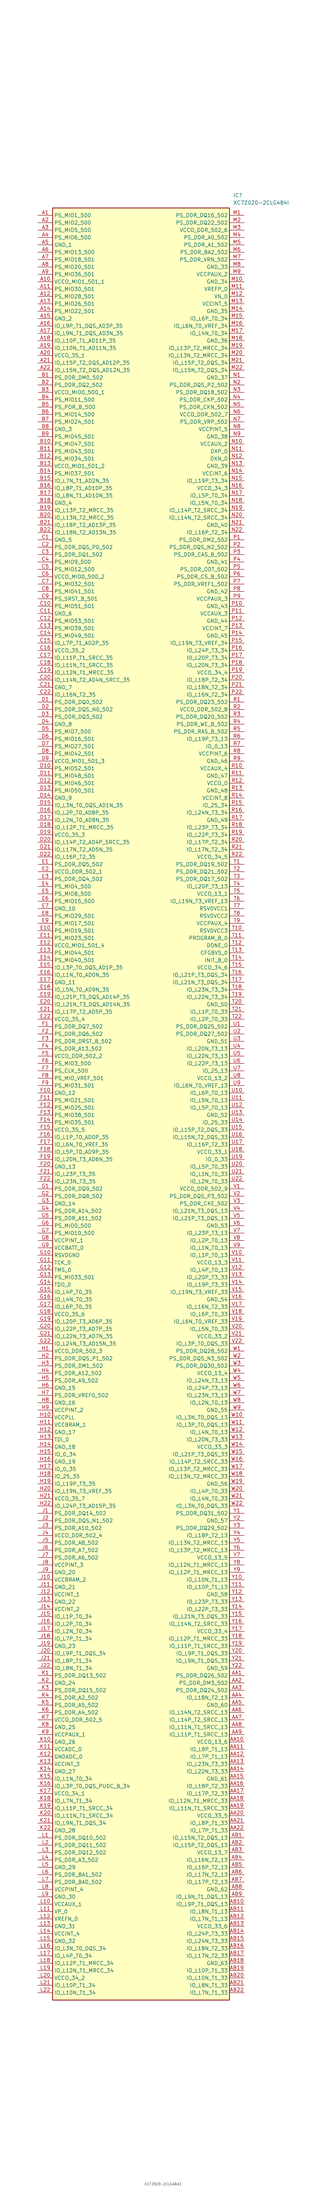
<source format=kicad_sym>
(kicad_symbol_lib
  (version 20211014)
  (generator SamacSys_ECAD_Model)
  (symbol "XC7Z020-2CLG484I"
    (property "Reference" "IC"
      (at 67.31 7.62 0)
      (effects (font (size 1.27 1.27)) (justify left top)))
    (property "Value" "XC7Z020-2CLG484I"
      (at 67.31 5.08 0)
      (effects (font (size 1.27 1.27)) (justify left top)))
    (rectangle
      (start 5.08 2.54)
      (end 66.04 -614.68)
      (stroke (width 0.254) (type default))
      (fill (type background)))
    (pin passive line
      (at 0 0 0)
      (length 5.08)
      (name "PS_MIO1_500" (effects (font (size 1.27 1.27))))
      (number "A1" (effects (font (size 1.27 1.27)))))
    (pin passive line
      (at 0 -2.54 0)
      (length 5.08)
      (name "PS_MIO2_500" (effects (font (size 1.27 1.27))))
      (number "A2" (effects (font (size 1.27 1.27)))))
    (pin passive line
      (at 0 -5.08 0)
      (length 5.08)
      (name "PS_MIO5_500" (effects (font (size 1.27 1.27))))
      (number "A3" (effects (font (size 1.27 1.27)))))
    (pin passive line
      (at 0 -7.62 0)
      (length 5.08)
      (name "PS_MIO6_500" (effects (font (size 1.27 1.27))))
      (number "A4" (effects (font (size 1.27 1.27)))))
    (pin passive line
      (at 0 -10.16 0)
      (length 5.08)
      (name "GND_1" (effects (font (size 1.27 1.27))))
      (number "A5" (effects (font (size 1.27 1.27)))))
    (pin passive line
      (at 0 -12.7 0)
      (length 5.08)
      (name "PS_MIO13_500" (effects (font (size 1.27 1.27))))
      (number "A6" (effects (font (size 1.27 1.27)))))
    (pin passive line
      (at 0 -15.24 0)
      (length 5.08)
      (name "PS_MIO18_501" (effects (font (size 1.27 1.27))))
      (number "A7" (effects (font (size 1.27 1.27)))))
    (pin passive line
      (at 0 -17.78 0)
      (length 5.08)
      (name "PS_MIO20_501" (effects (font (size 1.27 1.27))))
      (number "A8" (effects (font (size 1.27 1.27)))))
    (pin passive line
      (at 0 -20.32 0)
      (length 5.08)
      (name "PS_MIO36_501" (effects (font (size 1.27 1.27))))
      (number "A9" (effects (font (size 1.27 1.27)))))
    (pin passive line
      (at 0 -22.86 0)
      (length 5.08)
      (name "VCCO_MIO1_501_1" (effects (font (size 1.27 1.27))))
      (number "A10" (effects (font (size 1.27 1.27)))))
    (pin passive line
      (at 0 -25.4 0)
      (length 5.08)
      (name "PS_MIO30_501" (effects (font (size 1.27 1.27))))
      (number "A11" (effects (font (size 1.27 1.27)))))
    (pin passive line
      (at 0 -27.94 0)
      (length 5.08)
      (name "PS_MIO28_501" (effects (font (size 1.27 1.27))))
      (number "A12" (effects (font (size 1.27 1.27)))))
    (pin passive line
      (at 0 -30.48 0)
      (length 5.08)
      (name "PS_MIO26_501" (effects (font (size 1.27 1.27))))
      (number "A13" (effects (font (size 1.27 1.27)))))
    (pin passive line
      (at 0 -33.02 0)
      (length 5.08)
      (name "PS_MIO22_501" (effects (font (size 1.27 1.27))))
      (number "A14" (effects (font (size 1.27 1.27)))))
    (pin passive line
      (at 0 -35.56 0)
      (length 5.08)
      (name "GND_2" (effects (font (size 1.27 1.27))))
      (number "A15" (effects (font (size 1.27 1.27)))))
    (pin passive line
      (at 0 -38.1 0)
      (length 5.08)
      (name "IO_L9P_T1_DQS_AD3P_35" (effects (font (size 1.27 1.27))))
      (number "A16" (effects (font (size 1.27 1.27)))))
    (pin passive line
      (at 0 -40.64 0)
      (length 5.08)
      (name "IO_L9N_T1_DQS_AD3N_35" (effects (font (size 1.27 1.27))))
      (number "A17" (effects (font (size 1.27 1.27)))))
    (pin passive line
      (at 0 -43.18 0)
      (length 5.08)
      (name "IO_L10P_T1_AD11P_35" (effects (font (size 1.27 1.27))))
      (number "A18" (effects (font (size 1.27 1.27)))))
    (pin passive line
      (at 0 -45.72 0)
      (length 5.08)
      (name "IO_L10N_T1_AD11N_35" (effects (font (size 1.27 1.27))))
      (number "A19" (effects (font (size 1.27 1.27)))))
    (pin passive line
      (at 0 -48.26 0)
      (length 5.08)
      (name "VCCO_35_1" (effects (font (size 1.27 1.27))))
      (number "A20" (effects (font (size 1.27 1.27)))))
    (pin passive line
      (at 0 -50.8 0)
      (length 5.08)
      (name "IO_L15P_T2_DQS_AD12P_35" (effects (font (size 1.27 1.27))))
      (number "A21" (effects (font (size 1.27 1.27)))))
    (pin passive line
      (at 0 -53.34 0)
      (length 5.08)
      (name "IO_L15N_T2_DQS_AD12N_35" (effects (font (size 1.27 1.27))))
      (number "A22" (effects (font (size 1.27 1.27)))))
    (pin passive line
      (at 0 -55.88 0)
      (length 5.08)
      (name "PS_DDR_DM0_502" (effects (font (size 1.27 1.27))))
      (number "B1" (effects (font (size 1.27 1.27)))))
    (pin passive line
      (at 0 -58.42 0)
      (length 5.08)
      (name "PS_DDR_DQ2_502" (effects (font (size 1.27 1.27))))
      (number "B2" (effects (font (size 1.27 1.27)))))
    (pin passive line
      (at 0 -60.96 0)
      (length 5.08)
      (name "VCCO_MIO0_500_1" (effects (font (size 1.27 1.27))))
      (number "B3" (effects (font (size 1.27 1.27)))))
    (pin passive line
      (at 0 -63.5 0)
      (length 5.08)
      (name "PS_MIO11_500" (effects (font (size 1.27 1.27))))
      (number "B4" (effects (font (size 1.27 1.27)))))
    (pin passive line
      (at 0 -66.04 0)
      (length 5.08)
      (name "PS_POR_B_500" (effects (font (size 1.27 1.27))))
      (number "B5" (effects (font (size 1.27 1.27)))))
    (pin passive line
      (at 0 -68.58 0)
      (length 5.08)
      (name "PS_MIO14_500" (effects (font (size 1.27 1.27))))
      (number "B6" (effects (font (size 1.27 1.27)))))
    (pin passive line
      (at 0 -71.12 0)
      (length 5.08)
      (name "PS_MIO24_501" (effects (font (size 1.27 1.27))))
      (number "B7" (effects (font (size 1.27 1.27)))))
    (pin passive line
      (at 0 -73.66 0)
      (length 5.08)
      (name "GND_3" (effects (font (size 1.27 1.27))))
      (number "B8" (effects (font (size 1.27 1.27)))))
    (pin passive line
      (at 0 -76.2 0)
      (length 5.08)
      (name "PS_MIO45_501" (effects (font (size 1.27 1.27))))
      (number "B9" (effects (font (size 1.27 1.27)))))
    (pin passive line
      (at 0 -78.74 0)
      (length 5.08)
      (name "PS_MIO47_501" (effects (font (size 1.27 1.27))))
      (number "B10" (effects (font (size 1.27 1.27)))))
    (pin passive line
      (at 0 -81.28 0)
      (length 5.08)
      (name "PS_MIO43_501" (effects (font (size 1.27 1.27))))
      (number "B11" (effects (font (size 1.27 1.27)))))
    (pin passive line
      (at 0 -83.82 0)
      (length 5.08)
      (name "PS_MIO34_501" (effects (font (size 1.27 1.27))))
      (number "B12" (effects (font (size 1.27 1.27)))))
    (pin passive line
      (at 0 -86.36 0)
      (length 5.08)
      (name "VCCO_MIO1_501_2" (effects (font (size 1.27 1.27))))
      (number "B13" (effects (font (size 1.27 1.27)))))
    (pin passive line
      (at 0 -88.9 0)
      (length 5.08)
      (name "PS_MIO37_501" (effects (font (size 1.27 1.27))))
      (number "B14" (effects (font (size 1.27 1.27)))))
    (pin passive line
      (at 0 -91.44 0)
      (length 5.08)
      (name "IO_L7N_T1_AD2N_35" (effects (font (size 1.27 1.27))))
      (number "B15" (effects (font (size 1.27 1.27)))))
    (pin passive line
      (at 0 -93.98 0)
      (length 5.08)
      (name "IO_L8P_T1_AD10P_35" (effects (font (size 1.27 1.27))))
      (number "B16" (effects (font (size 1.27 1.27)))))
    (pin passive line
      (at 0 -96.52 0)
      (length 5.08)
      (name "IO_L8N_T1_AD10N_35" (effects (font (size 1.27 1.27))))
      (number "B17" (effects (font (size 1.27 1.27)))))
    (pin passive line
      (at 0 -99.06 0)
      (length 5.08)
      (name "GND_4" (effects (font (size 1.27 1.27))))
      (number "B18" (effects (font (size 1.27 1.27)))))
    (pin passive line
      (at 0 -101.6 0)
      (length 5.08)
      (name "IO_L13P_T2_MRCC_35" (effects (font (size 1.27 1.27))))
      (number "B19" (effects (font (size 1.27 1.27)))))
    (pin passive line
      (at 0 -104.14 0)
      (length 5.08)
      (name "IO_L13N_T2_MRCC_35" (effects (font (size 1.27 1.27))))
      (number "B20" (effects (font (size 1.27 1.27)))))
    (pin passive line
      (at 0 -106.68 0)
      (length 5.08)
      (name "IO_L18P_T2_AD13P_35" (effects (font (size 1.27 1.27))))
      (number "B21" (effects (font (size 1.27 1.27)))))
    (pin passive line
      (at 0 -109.22 0)
      (length 5.08)
      (name "IO_L18N_T2_AD13N_35" (effects (font (size 1.27 1.27))))
      (number "B22" (effects (font (size 1.27 1.27)))))
    (pin passive line
      (at 0 -111.76 0)
      (length 5.08)
      (name "GND_5" (effects (font (size 1.27 1.27))))
      (number "C1" (effects (font (size 1.27 1.27)))))
    (pin passive line
      (at 0 -114.3 0)
      (length 5.08)
      (name "PS_DDR_DQS_P0_502" (effects (font (size 1.27 1.27))))
      (number "C2" (effects (font (size 1.27 1.27)))))
    (pin passive line
      (at 0 -116.84 0)
      (length 5.08)
      (name "PS_DDR_DQ1_502" (effects (font (size 1.27 1.27))))
      (number "C3" (effects (font (size 1.27 1.27)))))
    (pin passive line
      (at 0 -119.38 0)
      (length 5.08)
      (name "PS_MIO9_500" (effects (font (size 1.27 1.27))))
      (number "C4" (effects (font (size 1.27 1.27)))))
    (pin passive line
      (at 0 -121.92 0)
      (length 5.08)
      (name "PS_MIO12_500" (effects (font (size 1.27 1.27))))
      (number "C5" (effects (font (size 1.27 1.27)))))
    (pin passive line
      (at 0 -124.46 0)
      (length 5.08)
      (name "VCCO_MIO0_500_2" (effects (font (size 1.27 1.27))))
      (number "C6" (effects (font (size 1.27 1.27)))))
    (pin passive line
      (at 0 -127 0)
      (length 5.08)
      (name "PS_MIO32_501" (effects (font (size 1.27 1.27))))
      (number "C7" (effects (font (size 1.27 1.27)))))
    (pin passive line
      (at 0 -129.54 0)
      (length 5.08)
      (name "PS_MIO41_501" (effects (font (size 1.27 1.27))))
      (number "C8" (effects (font (size 1.27 1.27)))))
    (pin passive line
      (at 0 -132.08 0)
      (length 5.08)
      (name "PS_SRST_B_501" (effects (font (size 1.27 1.27))))
      (number "C9" (effects (font (size 1.27 1.27)))))
    (pin passive line
      (at 0 -134.62 0)
      (length 5.08)
      (name "PS_MIO51_501" (effects (font (size 1.27 1.27))))
      (number "C10" (effects (font (size 1.27 1.27)))))
    (pin passive line
      (at 0 -137.16 0)
      (length 5.08)
      (name "GND_6" (effects (font (size 1.27 1.27))))
      (number "C11" (effects (font (size 1.27 1.27)))))
    (pin passive line
      (at 0 -139.7 0)
      (length 5.08)
      (name "PS_MIO53_501" (effects (font (size 1.27 1.27))))
      (number "C12" (effects (font (size 1.27 1.27)))))
    (pin passive line
      (at 0 -142.24 0)
      (length 5.08)
      (name "PS_MIO39_501" (effects (font (size 1.27 1.27))))
      (number "C13" (effects (font (size 1.27 1.27)))))
    (pin passive line
      (at 0 -144.78 0)
      (length 5.08)
      (name "PS_MIO49_501" (effects (font (size 1.27 1.27))))
      (number "C14" (effects (font (size 1.27 1.27)))))
    (pin passive line
      (at 0 -147.32 0)
      (length 5.08)
      (name "IO_L7P_T1_AD2P_35" (effects (font (size 1.27 1.27))))
      (number "C15" (effects (font (size 1.27 1.27)))))
    (pin passive line
      (at 0 -149.86 0)
      (length 5.08)
      (name "VCCO_35_2" (effects (font (size 1.27 1.27))))
      (number "C16" (effects (font (size 1.27 1.27)))))
    (pin passive line
      (at 0 -152.4 0)
      (length 5.08)
      (name "IO_L11P_T1_SRCC_35" (effects (font (size 1.27 1.27))))
      (number "C17" (effects (font (size 1.27 1.27)))))
    (pin passive line
      (at 0 -154.94 0)
      (length 5.08)
      (name "IO_L11N_T1_SRCC_35" (effects (font (size 1.27 1.27))))
      (number "C18" (effects (font (size 1.27 1.27)))))
    (pin passive line
      (at 0 -157.48 0)
      (length 5.08)
      (name "IO_L12N_T1_MRCC_35" (effects (font (size 1.27 1.27))))
      (number "C19" (effects (font (size 1.27 1.27)))))
    (pin passive line
      (at 0 -160.02 0)
      (length 5.08)
      (name "IO_L14N_T2_AD4N_SRCC_35" (effects (font (size 1.27 1.27))))
      (number "C20" (effects (font (size 1.27 1.27)))))
    (pin passive line
      (at 0 -162.56 0)
      (length 5.08)
      (name "GND_7" (effects (font (size 1.27 1.27))))
      (number "C21" (effects (font (size 1.27 1.27)))))
    (pin passive line
      (at 0 -165.1 0)
      (length 5.08)
      (name "IO_L16N_T2_35" (effects (font (size 1.27 1.27))))
      (number "C22" (effects (font (size 1.27 1.27)))))
    (pin passive line
      (at 0 -167.64 0)
      (length 5.08)
      (name "PS_DDR_DQ0_502" (effects (font (size 1.27 1.27))))
      (number "D1" (effects (font (size 1.27 1.27)))))
    (pin passive line
      (at 0 -170.18 0)
      (length 5.08)
      (name "PS_DDR_DQS_N0_502" (effects (font (size 1.27 1.27))))
      (number "D2" (effects (font (size 1.27 1.27)))))
    (pin passive line
      (at 0 -172.72 0)
      (length 5.08)
      (name "PS_DDR_DQ3_502" (effects (font (size 1.27 1.27))))
      (number "D3" (effects (font (size 1.27 1.27)))))
    (pin passive line
      (at 0 -175.26 0)
      (length 5.08)
      (name "GND_8" (effects (font (size 1.27 1.27))))
      (number "D4" (effects (font (size 1.27 1.27)))))
    (pin passive line
      (at 0 -177.8 0)
      (length 5.08)
      (name "PS_MIO7_500" (effects (font (size 1.27 1.27))))
      (number "D5" (effects (font (size 1.27 1.27)))))
    (pin passive line
      (at 0 -180.34 0)
      (length 5.08)
      (name "PS_MIO16_501" (effects (font (size 1.27 1.27))))
      (number "D6" (effects (font (size 1.27 1.27)))))
    (pin passive line
      (at 0 -182.88 0)
      (length 5.08)
      (name "PS_MIO27_501" (effects (font (size 1.27 1.27))))
      (number "D7" (effects (font (size 1.27 1.27)))))
    (pin passive line
      (at 0 -185.42 0)
      (length 5.08)
      (name "PS_MIO42_501" (effects (font (size 1.27 1.27))))
      (number "D8" (effects (font (size 1.27 1.27)))))
    (pin passive line
      (at 0 -187.96 0)
      (length 5.08)
      (name "VCCO_MIO1_501_3" (effects (font (size 1.27 1.27))))
      (number "D9" (effects (font (size 1.27 1.27)))))
    (pin passive line
      (at 0 -190.5 0)
      (length 5.08)
      (name "PS_MIO52_501" (effects (font (size 1.27 1.27))))
      (number "D10" (effects (font (size 1.27 1.27)))))
    (pin passive line
      (at 0 -193.04 0)
      (length 5.08)
      (name "PS_MIO48_501" (effects (font (size 1.27 1.27))))
      (number "D11" (effects (font (size 1.27 1.27)))))
    (pin passive line
      (at 0 -195.58 0)
      (length 5.08)
      (name "PS_MIO46_501" (effects (font (size 1.27 1.27))))
      (number "D12" (effects (font (size 1.27 1.27)))))
    (pin passive line
      (at 0 -198.12 0)
      (length 5.08)
      (name "PS_MIO50_501" (effects (font (size 1.27 1.27))))
      (number "D13" (effects (font (size 1.27 1.27)))))
    (pin passive line
      (at 0 -200.66 0)
      (length 5.08)
      (name "GND_9" (effects (font (size 1.27 1.27))))
      (number "D14" (effects (font (size 1.27 1.27)))))
    (pin passive line
      (at 0 -203.2 0)
      (length 5.08)
      (name "IO_L3N_T0_DQS_AD1N_35" (effects (font (size 1.27 1.27))))
      (number "D15" (effects (font (size 1.27 1.27)))))
    (pin passive line
      (at 0 -205.74 0)
      (length 5.08)
      (name "IO_L2P_T0_AD8P_35" (effects (font (size 1.27 1.27))))
      (number "D16" (effects (font (size 1.27 1.27)))))
    (pin passive line
      (at 0 -208.28 0)
      (length 5.08)
      (name "IO_L2N_T0_AD8N_35" (effects (font (size 1.27 1.27))))
      (number "D17" (effects (font (size 1.27 1.27)))))
    (pin passive line
      (at 0 -210.82 0)
      (length 5.08)
      (name "IO_L12P_T1_MRCC_35" (effects (font (size 1.27 1.27))))
      (number "D18" (effects (font (size 1.27 1.27)))))
    (pin passive line
      (at 0 -213.36 0)
      (length 5.08)
      (name "VCCO_35_3" (effects (font (size 1.27 1.27))))
      (number "D19" (effects (font (size 1.27 1.27)))))
    (pin passive line
      (at 0 -215.9 0)
      (length 5.08)
      (name "IO_L14P_T2_AD4P_SRCC_35" (effects (font (size 1.27 1.27))))
      (number "D20" (effects (font (size 1.27 1.27)))))
    (pin passive line
      (at 0 -218.44 0)
      (length 5.08)
      (name "IO_L17N_T2_AD5N_35" (effects (font (size 1.27 1.27))))
      (number "D21" (effects (font (size 1.27 1.27)))))
    (pin passive line
      (at 0 -220.98 0)
      (length 5.08)
      (name "IO_L16P_T2_35" (effects (font (size 1.27 1.27))))
      (number "D22" (effects (font (size 1.27 1.27)))))
    (pin passive line
      (at 0 -223.52 0)
      (length 5.08)
      (name "PS_DDR_DQ5_502" (effects (font (size 1.27 1.27))))
      (number "E1" (effects (font (size 1.27 1.27)))))
    (pin passive line
      (at 0 -226.06 0)
      (length 5.08)
      (name "VCCO_DDR_502_1" (effects (font (size 1.27 1.27))))
      (number "E2" (effects (font (size 1.27 1.27)))))
    (pin passive line
      (at 0 -228.6 0)
      (length 5.08)
      (name "PS_DDR_DQ4_502" (effects (font (size 1.27 1.27))))
      (number "E3" (effects (font (size 1.27 1.27)))))
    (pin passive line
      (at 0 -231.14 0)
      (length 5.08)
      (name "PS_MIO4_500" (effects (font (size 1.27 1.27))))
      (number "E4" (effects (font (size 1.27 1.27)))))
    (pin passive line
      (at 0 -233.68 0)
      (length 5.08)
      (name "PS_MIO8_500" (effects (font (size 1.27 1.27))))
      (number "E5" (effects (font (size 1.27 1.27)))))
    (pin passive line
      (at 0 -236.22 0)
      (length 5.08)
      (name "PS_MIO15_500" (effects (font (size 1.27 1.27))))
      (number "E6" (effects (font (size 1.27 1.27)))))
    (pin passive line
      (at 0 -238.76 0)
      (length 5.08)
      (name "GND_10" (effects (font (size 1.27 1.27))))
      (number "E7" (effects (font (size 1.27 1.27)))))
    (pin passive line
      (at 0 -241.3 0)
      (length 5.08)
      (name "PS_MIO29_501" (effects (font (size 1.27 1.27))))
      (number "E8" (effects (font (size 1.27 1.27)))))
    (pin passive line
      (at 0 -243.84 0)
      (length 5.08)
      (name "PS_MIO17_501" (effects (font (size 1.27 1.27))))
      (number "E9" (effects (font (size 1.27 1.27)))))
    (pin passive line
      (at 0 -246.38 0)
      (length 5.08)
      (name "PS_MIO19_501" (effects (font (size 1.27 1.27))))
      (number "E10" (effects (font (size 1.27 1.27)))))
    (pin passive line
      (at 0 -248.92 0)
      (length 5.08)
      (name "PS_MIO23_501" (effects (font (size 1.27 1.27))))
      (number "E11" (effects (font (size 1.27 1.27)))))
    (pin passive line
      (at 0 -251.46 0)
      (length 5.08)
      (name "VCCO_MIO1_501_4" (effects (font (size 1.27 1.27))))
      (number "E12" (effects (font (size 1.27 1.27)))))
    (pin passive line
      (at 0 -254 0)
      (length 5.08)
      (name "PS_MIO44_501" (effects (font (size 1.27 1.27))))
      (number "E13" (effects (font (size 1.27 1.27)))))
    (pin passive line
      (at 0 -256.54 0)
      (length 5.08)
      (name "PS_MIO40_501" (effects (font (size 1.27 1.27))))
      (number "E14" (effects (font (size 1.27 1.27)))))
    (pin passive line
      (at 0 -259.08 0)
      (length 5.08)
      (name "IO_L3P_T0_DQS_AD1P_35" (effects (font (size 1.27 1.27))))
      (number "E15" (effects (font (size 1.27 1.27)))))
    (pin passive line
      (at 0 -261.62 0)
      (length 5.08)
      (name "IO_L1N_T0_AD0N_35" (effects (font (size 1.27 1.27))))
      (number "E16" (effects (font (size 1.27 1.27)))))
    (pin passive line
      (at 0 -264.16 0)
      (length 5.08)
      (name "GND_11" (effects (font (size 1.27 1.27))))
      (number "E17" (effects (font (size 1.27 1.27)))))
    (pin passive line
      (at 0 -266.7 0)
      (length 5.08)
      (name "IO_L5N_T0_AD9N_35" (effects (font (size 1.27 1.27))))
      (number "E18" (effects (font (size 1.27 1.27)))))
    (pin passive line
      (at 0 -269.24 0)
      (length 5.08)
      (name "IO_L21P_T3_DQS_AD14P_35" (effects (font (size 1.27 1.27))))
      (number "E19" (effects (font (size 1.27 1.27)))))
    (pin passive line
      (at 0 -271.78 0)
      (length 5.08)
      (name "IO_L21N_T3_DQS_AD14N_35" (effects (font (size 1.27 1.27))))
      (number "E20" (effects (font (size 1.27 1.27)))))
    (pin passive line
      (at 0 -274.32 0)
      (length 5.08)
      (name "IO_L17P_T2_AD5P_35" (effects (font (size 1.27 1.27))))
      (number "E21" (effects (font (size 1.27 1.27)))))
    (pin passive line
      (at 0 -276.86 0)
      (length 5.08)
      (name "VCCO_35_4" (effects (font (size 1.27 1.27))))
      (number "E22" (effects (font (size 1.27 1.27)))))
    (pin passive line
      (at 0 -279.4 0)
      (length 5.08)
      (name "PS_DDR_DQ7_502" (effects (font (size 1.27 1.27))))
      (number "F1" (effects (font (size 1.27 1.27)))))
    (pin passive line
      (at 0 -281.94 0)
      (length 5.08)
      (name "PS_DDR_DQ6_502" (effects (font (size 1.27 1.27))))
      (number "F2" (effects (font (size 1.27 1.27)))))
    (pin passive line
      (at 0 -284.48 0)
      (length 5.08)
      (name "PS_DDR_DRST_B_502" (effects (font (size 1.27 1.27))))
      (number "F3" (effects (font (size 1.27 1.27)))))
    (pin passive line
      (at 0 -287.02 0)
      (length 5.08)
      (name "PS_DDR_A13_502" (effects (font (size 1.27 1.27))))
      (number "F4" (effects (font (size 1.27 1.27)))))
    (pin passive line
      (at 0 -289.56 0)
      (length 5.08)
      (name "VCCO_DDR_502_2" (effects (font (size 1.27 1.27))))
      (number "F5" (effects (font (size 1.27 1.27)))))
    (pin passive line
      (at 0 -292.1 0)
      (length 5.08)
      (name "PS_MIO3_500" (effects (font (size 1.27 1.27))))
      (number "F6" (effects (font (size 1.27 1.27)))))
    (pin passive line
      (at 0 -294.64 0)
      (length 5.08)
      (name "PS_CLK_500" (effects (font (size 1.27 1.27))))
      (number "F7" (effects (font (size 1.27 1.27)))))
    (pin passive line
      (at 0 -297.18 0)
      (length 5.08)
      (name "PS_MIO_VREF_501" (effects (font (size 1.27 1.27))))
      (number "F8" (effects (font (size 1.27 1.27)))))
    (pin passive line
      (at 0 -299.72 0)
      (length 5.08)
      (name "PS_MIO31_501" (effects (font (size 1.27 1.27))))
      (number "F9" (effects (font (size 1.27 1.27)))))
    (pin passive line
      (at 0 -302.26 0)
      (length 5.08)
      (name "GND_12" (effects (font (size 1.27 1.27))))
      (number "F10" (effects (font (size 1.27 1.27)))))
    (pin passive line
      (at 0 -304.8 0)
      (length 5.08)
      (name "PS_MIO21_501" (effects (font (size 1.27 1.27))))
      (number "F11" (effects (font (size 1.27 1.27)))))
    (pin passive line
      (at 0 -307.34 0)
      (length 5.08)
      (name "PS_MIO25_501" (effects (font (size 1.27 1.27))))
      (number "F12" (effects (font (size 1.27 1.27)))))
    (pin passive line
      (at 0 -309.88 0)
      (length 5.08)
      (name "PS_MIO38_501" (effects (font (size 1.27 1.27))))
      (number "F13" (effects (font (size 1.27 1.27)))))
    (pin passive line
      (at 0 -312.42 0)
      (length 5.08)
      (name "PS_MIO35_501" (effects (font (size 1.27 1.27))))
      (number "F14" (effects (font (size 1.27 1.27)))))
    (pin passive line
      (at 0 -314.96 0)
      (length 5.08)
      (name "VCCO_35_5" (effects (font (size 1.27 1.27))))
      (number "F15" (effects (font (size 1.27 1.27)))))
    (pin passive line
      (at 0 -317.5 0)
      (length 5.08)
      (name "IO_L1P_T0_AD0P_35" (effects (font (size 1.27 1.27))))
      (number "F16" (effects (font (size 1.27 1.27)))))
    (pin passive line
      (at 0 -320.04 0)
      (length 5.08)
      (name "IO_L6N_T0_VREF_35" (effects (font (size 1.27 1.27))))
      (number "F17" (effects (font (size 1.27 1.27)))))
    (pin passive line
      (at 0 -322.58 0)
      (length 5.08)
      (name "IO_L5P_T0_AD9P_35" (effects (font (size 1.27 1.27))))
      (number "F18" (effects (font (size 1.27 1.27)))))
    (pin passive line
      (at 0 -325.12 0)
      (length 5.08)
      (name "IO_L20N_T3_AD6N_35" (effects (font (size 1.27 1.27))))
      (number "F19" (effects (font (size 1.27 1.27)))))
    (pin passive line
      (at 0 -327.66 0)
      (length 5.08)
      (name "GND_13" (effects (font (size 1.27 1.27))))
      (number "F20" (effects (font (size 1.27 1.27)))))
    (pin passive line
      (at 0 -330.2 0)
      (length 5.08)
      (name "IO_L23P_T3_35" (effects (font (size 1.27 1.27))))
      (number "F21" (effects (font (size 1.27 1.27)))))
    (pin passive line
      (at 0 -332.74 0)
      (length 5.08)
      (name "IO_L23N_T3_35" (effects (font (size 1.27 1.27))))
      (number "F22" (effects (font (size 1.27 1.27)))))
    (pin passive line
      (at 0 -335.28 0)
      (length 5.08)
      (name "PS_DDR_DQ9_502" (effects (font (size 1.27 1.27))))
      (number "G1" (effects (font (size 1.27 1.27)))))
    (pin passive line
      (at 0 -337.82 0)
      (length 5.08)
      (name "PS_DDR_DQ8_502" (effects (font (size 1.27 1.27))))
      (number "G2" (effects (font (size 1.27 1.27)))))
    (pin passive line
      (at 0 -340.36 0)
      (length 5.08)
      (name "GND_14" (effects (font (size 1.27 1.27))))
      (number "G3" (effects (font (size 1.27 1.27)))))
    (pin passive line
      (at 0 -342.9 0)
      (length 5.08)
      (name "PS_DDR_A14_502" (effects (font (size 1.27 1.27))))
      (number "G4" (effects (font (size 1.27 1.27)))))
    (pin passive line
      (at 0 -345.44 0)
      (length 5.08)
      (name "PS_DDR_A11_502" (effects (font (size 1.27 1.27))))
      (number "G5" (effects (font (size 1.27 1.27)))))
    (pin passive line
      (at 0 -347.98 0)
      (length 5.08)
      (name "PS_MIO0_500" (effects (font (size 1.27 1.27))))
      (number "G6" (effects (font (size 1.27 1.27)))))
    (pin passive line
      (at 0 -350.52 0)
      (length 5.08)
      (name "PS_MIO10_500" (effects (font (size 1.27 1.27))))
      (number "G7" (effects (font (size 1.27 1.27)))))
    (pin passive line
      (at 0 -353.06 0)
      (length 5.08)
      (name "VCCPINT_1" (effects (font (size 1.27 1.27))))
      (number "G8" (effects (font (size 1.27 1.27)))))
    (pin passive line
      (at 0 -355.6 0)
      (length 5.08)
      (name "VCCBATT_0" (effects (font (size 1.27 1.27))))
      (number "G9" (effects (font (size 1.27 1.27)))))
    (pin passive line
      (at 0 -358.14 0)
      (length 5.08)
      (name "RSVDGND" (effects (font (size 1.27 1.27))))
      (number "G10" (effects (font (size 1.27 1.27)))))
    (pin passive line
      (at 0 -360.68 0)
      (length 5.08)
      (name "TCK_0" (effects (font (size 1.27 1.27))))
      (number "G11" (effects (font (size 1.27 1.27)))))
    (pin passive line
      (at 0 -363.22 0)
      (length 5.08)
      (name "TMS_0" (effects (font (size 1.27 1.27))))
      (number "G12" (effects (font (size 1.27 1.27)))))
    (pin passive line
      (at 0 -365.76 0)
      (length 5.08)
      (name "PS_MIO33_501" (effects (font (size 1.27 1.27))))
      (number "G13" (effects (font (size 1.27 1.27)))))
    (pin passive line
      (at 0 -368.3 0)
      (length 5.08)
      (name "TDO_0" (effects (font (size 1.27 1.27))))
      (number "G14" (effects (font (size 1.27 1.27)))))
    (pin passive line
      (at 0 -370.84 0)
      (length 5.08)
      (name "IO_L4P_T0_35" (effects (font (size 1.27 1.27))))
      (number "G15" (effects (font (size 1.27 1.27)))))
    (pin passive line
      (at 0 -373.38 0)
      (length 5.08)
      (name "IO_L4N_T0_35" (effects (font (size 1.27 1.27))))
      (number "G16" (effects (font (size 1.27 1.27)))))
    (pin passive line
      (at 0 -375.92 0)
      (length 5.08)
      (name "IO_L6P_T0_35" (effects (font (size 1.27 1.27))))
      (number "G17" (effects (font (size 1.27 1.27)))))
    (pin passive line
      (at 0 -378.46 0)
      (length 5.08)
      (name "VCCO_35_6" (effects (font (size 1.27 1.27))))
      (number "G18" (effects (font (size 1.27 1.27)))))
    (pin passive line
      (at 0 -381 0)
      (length 5.08)
      (name "IO_L20P_T3_AD6P_35" (effects (font (size 1.27 1.27))))
      (number "G19" (effects (font (size 1.27 1.27)))))
    (pin passive line
      (at 0 -383.54 0)
      (length 5.08)
      (name "IO_L22P_T3_AD7P_35" (effects (font (size 1.27 1.27))))
      (number "G20" (effects (font (size 1.27 1.27)))))
    (pin passive line
      (at 0 -386.08 0)
      (length 5.08)
      (name "IO_L22N_T3_AD7N_35" (effects (font (size 1.27 1.27))))
      (number "G21" (effects (font (size 1.27 1.27)))))
    (pin passive line
      (at 0 -388.62 0)
      (length 5.08)
      (name "IO_L24N_T3_AD15N_35" (effects (font (size 1.27 1.27))))
      (number "G22" (effects (font (size 1.27 1.27)))))
    (pin passive line
      (at 0 -391.16 0)
      (length 5.08)
      (name "VCCO_DDR_502_3" (effects (font (size 1.27 1.27))))
      (number "H1" (effects (font (size 1.27 1.27)))))
    (pin passive line
      (at 0 -393.7 0)
      (length 5.08)
      (name "PS_DDR_DQS_P1_502" (effects (font (size 1.27 1.27))))
      (number "H2" (effects (font (size 1.27 1.27)))))
    (pin passive line
      (at 0 -396.24 0)
      (length 5.08)
      (name "PS_DDR_DM1_502" (effects (font (size 1.27 1.27))))
      (number "H3" (effects (font (size 1.27 1.27)))))
    (pin passive line
      (at 0 -398.78 0)
      (length 5.08)
      (name "PS_DDR_A12_502" (effects (font (size 1.27 1.27))))
      (number "H4" (effects (font (size 1.27 1.27)))))
    (pin passive line
      (at 0 -401.32 0)
      (length 5.08)
      (name "PS_DDR_A9_502" (effects (font (size 1.27 1.27))))
      (number "H5" (effects (font (size 1.27 1.27)))))
    (pin passive line
      (at 0 -403.86 0)
      (length 5.08)
      (name "GND_15" (effects (font (size 1.27 1.27))))
      (number "H6" (effects (font (size 1.27 1.27)))))
    (pin passive line
      (at 0 -406.4 0)
      (length 5.08)
      (name "PS_DDR_VREF0_502" (effects (font (size 1.27 1.27))))
      (number "H7" (effects (font (size 1.27 1.27)))))
    (pin passive line
      (at 0 -408.94 0)
      (length 5.08)
      (name "GND_16" (effects (font (size 1.27 1.27))))
      (number "H8" (effects (font (size 1.27 1.27)))))
    (pin passive line
      (at 0 -411.48 0)
      (length 5.08)
      (name "VCCPINT_2" (effects (font (size 1.27 1.27))))
      (number "H9" (effects (font (size 1.27 1.27)))))
    (pin passive line
      (at 0 -414.02 0)
      (length 5.08)
      (name "VCCPLL" (effects (font (size 1.27 1.27))))
      (number "H10" (effects (font (size 1.27 1.27)))))
    (pin passive line
      (at 0 -416.56 0)
      (length 5.08)
      (name "VCCBRAM_1" (effects (font (size 1.27 1.27))))
      (number "H11" (effects (font (size 1.27 1.27)))))
    (pin passive line
      (at 0 -419.1 0)
      (length 5.08)
      (name "GND_17" (effects (font (size 1.27 1.27))))
      (number "H12" (effects (font (size 1.27 1.27)))))
    (pin passive line
      (at 0 -421.64 0)
      (length 5.08)
      (name "TDI_0" (effects (font (size 1.27 1.27))))
      (number "H13" (effects (font (size 1.27 1.27)))))
    (pin passive line
      (at 0 -424.18 0)
      (length 5.08)
      (name "GND_18" (effects (font (size 1.27 1.27))))
      (number "H14" (effects (font (size 1.27 1.27)))))
    (pin passive line
      (at 0 -426.72 0)
      (length 5.08)
      (name "IO_0_34" (effects (font (size 1.27 1.27))))
      (number "H15" (effects (font (size 1.27 1.27)))))
    (pin passive line
      (at 0 -429.26 0)
      (length 5.08)
      (name "GND_19" (effects (font (size 1.27 1.27))))
      (number "H16" (effects (font (size 1.27 1.27)))))
    (pin passive line
      (at 0 -431.8 0)
      (length 5.08)
      (name "IO_0_35" (effects (font (size 1.27 1.27))))
      (number "H17" (effects (font (size 1.27 1.27)))))
    (pin passive line
      (at 0 -434.34 0)
      (length 5.08)
      (name "IO_25_35" (effects (font (size 1.27 1.27))))
      (number "H18" (effects (font (size 1.27 1.27)))))
    (pin passive line
      (at 0 -436.88 0)
      (length 5.08)
      (name "IO_L19P_T3_35" (effects (font (size 1.27 1.27))))
      (number "H19" (effects (font (size 1.27 1.27)))))
    (pin passive line
      (at 0 -439.42 0)
      (length 5.08)
      (name "IO_L19N_T3_VREF_35" (effects (font (size 1.27 1.27))))
      (number "H20" (effects (font (size 1.27 1.27)))))
    (pin passive line
      (at 0 -441.96 0)
      (length 5.08)
      (name "VCCO_35_7" (effects (font (size 1.27 1.27))))
      (number "H21" (effects (font (size 1.27 1.27)))))
    (pin passive line
      (at 0 -444.5 0)
      (length 5.08)
      (name "IO_L24P_T3_AD15P_35" (effects (font (size 1.27 1.27))))
      (number "H22" (effects (font (size 1.27 1.27)))))
    (pin passive line
      (at 0 -447.04 0)
      (length 5.08)
      (name "PS_DDR_DQ14_502" (effects (font (size 1.27 1.27))))
      (number "J1" (effects (font (size 1.27 1.27)))))
    (pin passive line
      (at 0 -449.58 0)
      (length 5.08)
      (name "PS_DDR_DQS_N1_502" (effects (font (size 1.27 1.27))))
      (number "J2" (effects (font (size 1.27 1.27)))))
    (pin passive line
      (at 0 -452.12 0)
      (length 5.08)
      (name "PS_DDR_A10_502" (effects (font (size 1.27 1.27))))
      (number "J3" (effects (font (size 1.27 1.27)))))
    (pin passive line
      (at 0 -454.66 0)
      (length 5.08)
      (name "VCCO_DDR_502_4" (effects (font (size 1.27 1.27))))
      (number "J4" (effects (font (size 1.27 1.27)))))
    (pin passive line
      (at 0 -457.2 0)
      (length 5.08)
      (name "PS_DDR_A8_502" (effects (font (size 1.27 1.27))))
      (number "J5" (effects (font (size 1.27 1.27)))))
    (pin passive line
      (at 0 -459.74 0)
      (length 5.08)
      (name "PS_DDR_A7_502" (effects (font (size 1.27 1.27))))
      (number "J6" (effects (font (size 1.27 1.27)))))
    (pin passive line
      (at 0 -462.28 0)
      (length 5.08)
      (name "PS_DDR_A6_502" (effects (font (size 1.27 1.27))))
      (number "J7" (effects (font (size 1.27 1.27)))))
    (pin passive line
      (at 0 -464.82 0)
      (length 5.08)
      (name "VCCPINT_3" (effects (font (size 1.27 1.27))))
      (number "J8" (effects (font (size 1.27 1.27)))))
    (pin passive line
      (at 0 -467.36 0)
      (length 5.08)
      (name "GND_20" (effects (font (size 1.27 1.27))))
      (number "J9" (effects (font (size 1.27 1.27)))))
    (pin passive line
      (at 0 -469.9 0)
      (length 5.08)
      (name "VCCBRAM_2" (effects (font (size 1.27 1.27))))
      (number "J10" (effects (font (size 1.27 1.27)))))
    (pin passive line
      (at 0 -472.44 0)
      (length 5.08)
      (name "GND_21" (effects (font (size 1.27 1.27))))
      (number "J11" (effects (font (size 1.27 1.27)))))
    (pin passive line
      (at 0 -474.98 0)
      (length 5.08)
      (name "VCCINT_1" (effects (font (size 1.27 1.27))))
      (number "J12" (effects (font (size 1.27 1.27)))))
    (pin passive line
      (at 0 -477.52 0)
      (length 5.08)
      (name "GND_22" (effects (font (size 1.27 1.27))))
      (number "J13" (effects (font (size 1.27 1.27)))))
    (pin passive line
      (at 0 -480.06 0)
      (length 5.08)
      (name "VCCINT_2" (effects (font (size 1.27 1.27))))
      (number "J14" (effects (font (size 1.27 1.27)))))
    (pin passive line
      (at 0 -482.6 0)
      (length 5.08)
      (name "IO_L1P_T0_34" (effects (font (size 1.27 1.27))))
      (number "J15" (effects (font (size 1.27 1.27)))))
    (pin passive line
      (at 0 -485.14 0)
      (length 5.08)
      (name "IO_L2P_T0_34" (effects (font (size 1.27 1.27))))
      (number "J16" (effects (font (size 1.27 1.27)))))
    (pin passive line
      (at 0 -487.68 0)
      (length 5.08)
      (name "IO_L2N_T0_34" (effects (font (size 1.27 1.27))))
      (number "J17" (effects (font (size 1.27 1.27)))))
    (pin passive line
      (at 0 -490.22 0)
      (length 5.08)
      (name "IO_L7P_T1_34" (effects (font (size 1.27 1.27))))
      (number "J18" (effects (font (size 1.27 1.27)))))
    (pin passive line
      (at 0 -492.76 0)
      (length 5.08)
      (name "GND_23" (effects (font (size 1.27 1.27))))
      (number "J19" (effects (font (size 1.27 1.27)))))
    (pin passive line
      (at 0 -495.3 0)
      (length 5.08)
      (name "IO_L9P_T1_DQS_34" (effects (font (size 1.27 1.27))))
      (number "J20" (effects (font (size 1.27 1.27)))))
    (pin passive line
      (at 0 -497.84 0)
      (length 5.08)
      (name "IO_L8P_T1_34" (effects (font (size 1.27 1.27))))
      (number "J21" (effects (font (size 1.27 1.27)))))
    (pin passive line
      (at 0 -500.38 0)
      (length 5.08)
      (name "IO_L8N_T1_34" (effects (font (size 1.27 1.27))))
      (number "J22" (effects (font (size 1.27 1.27)))))
    (pin passive line
      (at 0 -502.92 0)
      (length 5.08)
      (name "PS_DDR_DQ13_502" (effects (font (size 1.27 1.27))))
      (number "K1" (effects (font (size 1.27 1.27)))))
    (pin passive line
      (at 0 -505.46 0)
      (length 5.08)
      (name "GND_24" (effects (font (size 1.27 1.27))))
      (number "K2" (effects (font (size 1.27 1.27)))))
    (pin passive line
      (at 0 -508 0)
      (length 5.08)
      (name "PS_DDR_DQ15_502" (effects (font (size 1.27 1.27))))
      (number "K3" (effects (font (size 1.27 1.27)))))
    (pin passive line
      (at 0 -510.54 0)
      (length 5.08)
      (name "PS_DDR_A2_502" (effects (font (size 1.27 1.27))))
      (number "K4" (effects (font (size 1.27 1.27)))))
    (pin passive line
      (at 0 -513.08 0)
      (length 5.08)
      (name "PS_DDR_A5_502" (effects (font (size 1.27 1.27))))
      (number "K5" (effects (font (size 1.27 1.27)))))
    (pin passive line
      (at 0 -515.62 0)
      (length 5.08)
      (name "PS_DDR_A4_502" (effects (font (size 1.27 1.27))))
      (number "K6" (effects (font (size 1.27 1.27)))))
    (pin passive line
      (at 0 -518.16 0)
      (length 5.08)
      (name "VCCO_DDR_502_5" (effects (font (size 1.27 1.27))))
      (number "K7" (effects (font (size 1.27 1.27)))))
    (pin passive line
      (at 0 -520.7 0)
      (length 5.08)
      (name "GND_25" (effects (font (size 1.27 1.27))))
      (number "K8" (effects (font (size 1.27 1.27)))))
    (pin passive line
      (at 0 -523.24 0)
      (length 5.08)
      (name "VCCPAUX_1" (effects (font (size 1.27 1.27))))
      (number "K9" (effects (font (size 1.27 1.27)))))
    (pin passive line
      (at 0 -525.78 0)
      (length 5.08)
      (name "GND_26" (effects (font (size 1.27 1.27))))
      (number "K10" (effects (font (size 1.27 1.27)))))
    (pin passive line
      (at 0 -528.32 0)
      (length 5.08)
      (name "VCCADC_0" (effects (font (size 1.27 1.27))))
      (number "K11" (effects (font (size 1.27 1.27)))))
    (pin passive line
      (at 0 -530.86 0)
      (length 5.08)
      (name "GNDADC_0" (effects (font (size 1.27 1.27))))
      (number "K12" (effects (font (size 1.27 1.27)))))
    (pin passive line
      (at 0 -533.4 0)
      (length 5.08)
      (name "VCCINT_3" (effects (font (size 1.27 1.27))))
      (number "K13" (effects (font (size 1.27 1.27)))))
    (pin passive line
      (at 0 -535.94 0)
      (length 5.08)
      (name "GND_27" (effects (font (size 1.27 1.27))))
      (number "K14" (effects (font (size 1.27 1.27)))))
    (pin passive line
      (at 0 -538.48 0)
      (length 5.08)
      (name "IO_L1N_T0_34" (effects (font (size 1.27 1.27))))
      (number "K15" (effects (font (size 1.27 1.27)))))
    (pin passive line
      (at 0 -541.02 0)
      (length 5.08)
      (name "IO_L3P_T0_DQS_PUDC_B_34" (effects (font (size 1.27 1.27))))
      (number "K16" (effects (font (size 1.27 1.27)))))
    (pin passive line
      (at 0 -543.56 0)
      (length 5.08)
      (name "VCCO_34_1" (effects (font (size 1.27 1.27))))
      (number "K17" (effects (font (size 1.27 1.27)))))
    (pin passive line
      (at 0 -546.1 0)
      (length 5.08)
      (name "IO_L7N_T1_34" (effects (font (size 1.27 1.27))))
      (number "K18" (effects (font (size 1.27 1.27)))))
    (pin passive line
      (at 0 -548.64 0)
      (length 5.08)
      (name "IO_L11P_T1_SRCC_34" (effects (font (size 1.27 1.27))))
      (number "K19" (effects (font (size 1.27 1.27)))))
    (pin passive line
      (at 0 -551.18 0)
      (length 5.08)
      (name "IO_L11N_T1_SRCC_34" (effects (font (size 1.27 1.27))))
      (number "K20" (effects (font (size 1.27 1.27)))))
    (pin passive line
      (at 0 -553.72 0)
      (length 5.08)
      (name "IO_L9N_T1_DQS_34" (effects (font (size 1.27 1.27))))
      (number "K21" (effects (font (size 1.27 1.27)))))
    (pin passive line
      (at 0 -556.26 0)
      (length 5.08)
      (name "GND_28" (effects (font (size 1.27 1.27))))
      (number "K22" (effects (font (size 1.27 1.27)))))
    (pin passive line
      (at 0 -558.8 0)
      (length 5.08)
      (name "PS_DDR_DQ10_502" (effects (font (size 1.27 1.27))))
      (number "L1" (effects (font (size 1.27 1.27)))))
    (pin passive line
      (at 0 -561.34 0)
      (length 5.08)
      (name "PS_DDR_DQ11_502" (effects (font (size 1.27 1.27))))
      (number "L2" (effects (font (size 1.27 1.27)))))
    (pin passive line
      (at 0 -563.88 0)
      (length 5.08)
      (name "PS_DDR_DQ12_502" (effects (font (size 1.27 1.27))))
      (number "L3" (effects (font (size 1.27 1.27)))))
    (pin passive line
      (at 0 -566.42 0)
      (length 5.08)
      (name "PS_DDR_A3_502" (effects (font (size 1.27 1.27))))
      (number "L4" (effects (font (size 1.27 1.27)))))
    (pin passive line
      (at 0 -568.96 0)
      (length 5.08)
      (name "GND_29" (effects (font (size 1.27 1.27))))
      (number "L5" (effects (font (size 1.27 1.27)))))
    (pin passive line
      (at 0 -571.5 0)
      (length 5.08)
      (name "PS_DDR_BA1_502" (effects (font (size 1.27 1.27))))
      (number "L6" (effects (font (size 1.27 1.27)))))
    (pin passive line
      (at 0 -574.04 0)
      (length 5.08)
      (name "PS_DDR_BA0_502" (effects (font (size 1.27 1.27))))
      (number "L7" (effects (font (size 1.27 1.27)))))
    (pin passive line
      (at 0 -576.58 0)
      (length 5.08)
      (name "VCCPINT_4" (effects (font (size 1.27 1.27))))
      (number "L8" (effects (font (size 1.27 1.27)))))
    (pin passive line
      (at 0 -579.12 0)
      (length 5.08)
      (name "GND_30" (effects (font (size 1.27 1.27))))
      (number "L9" (effects (font (size 1.27 1.27)))))
    (pin passive line
      (at 0 -581.66 0)
      (length 5.08)
      (name "VCCAUX_1" (effects (font (size 1.27 1.27))))
      (number "L10" (effects (font (size 1.27 1.27)))))
    (pin passive line
      (at 0 -584.2 0)
      (length 5.08)
      (name "VP_0" (effects (font (size 1.27 1.27))))
      (number "L11" (effects (font (size 1.27 1.27)))))
    (pin passive line
      (at 0 -586.74 0)
      (length 5.08)
      (name "VREFN_0" (effects (font (size 1.27 1.27))))
      (number "L12" (effects (font (size 1.27 1.27)))))
    (pin passive line
      (at 0 -589.28 0)
      (length 5.08)
      (name "GND_31" (effects (font (size 1.27 1.27))))
      (number "L13" (effects (font (size 1.27 1.27)))))
    (pin passive line
      (at 0 -591.82 0)
      (length 5.08)
      (name "VCCINT_4" (effects (font (size 1.27 1.27))))
      (number "L14" (effects (font (size 1.27 1.27)))))
    (pin passive line
      (at 0 -594.36 0)
      (length 5.08)
      (name "GND_32" (effects (font (size 1.27 1.27))))
      (number "L15" (effects (font (size 1.27 1.27)))))
    (pin passive line
      (at 0 -596.9 0)
      (length 5.08)
      (name "IO_L3N_T0_DQS_34" (effects (font (size 1.27 1.27))))
      (number "L16" (effects (font (size 1.27 1.27)))))
    (pin passive line
      (at 0 -599.44 0)
      (length 5.08)
      (name "IO_L4P_T0_34" (effects (font (size 1.27 1.27))))
      (number "L17" (effects (font (size 1.27 1.27)))))
    (pin passive line
      (at 0 -601.98 0)
      (length 5.08)
      (name "IO_L12P_T1_MRCC_34" (effects (font (size 1.27 1.27))))
      (number "L18" (effects (font (size 1.27 1.27)))))
    (pin passive line
      (at 0 -604.52 0)
      (length 5.08)
      (name "IO_L12N_T1_MRCC_34" (effects (font (size 1.27 1.27))))
      (number "L19" (effects (font (size 1.27 1.27)))))
    (pin passive line
      (at 0 -607.06 0)
      (length 5.08)
      (name "VCCO_34_2" (effects (font (size 1.27 1.27))))
      (number "L20" (effects (font (size 1.27 1.27)))))
    (pin passive line
      (at 0 -609.6 0)
      (length 5.08)
      (name "IO_L10P_T1_34" (effects (font (size 1.27 1.27))))
      (number "L21" (effects (font (size 1.27 1.27)))))
    (pin passive line
      (at 0 -612.14 0)
      (length 5.08)
      (name "IO_L10N_T1_34" (effects (font (size 1.27 1.27))))
      (number "L22" (effects (font (size 1.27 1.27)))))
    (pin passive line
      (at 71.12 0 180)
      (length 5.08)
      (name "PS_DDR_DQ16_502" (effects (font (size 1.27 1.27))))
      (number "M1" (effects (font (size 1.27 1.27)))))
    (pin passive line
      (at 71.12 -2.54 180)
      (length 5.08)
      (name "PS_DDR_DQ22_502" (effects (font (size 1.27 1.27))))
      (number "M2" (effects (font (size 1.27 1.27)))))
    (pin passive line
      (at 71.12 -5.08 180)
      (length 5.08)
      (name "VCCO_DDR_502_6" (effects (font (size 1.27 1.27))))
      (number "M3" (effects (font (size 1.27 1.27)))))
    (pin passive line
      (at 71.12 -7.62 180)
      (length 5.08)
      (name "PS_DDR_A0_502" (effects (font (size 1.27 1.27))))
      (number "M4" (effects (font (size 1.27 1.27)))))
    (pin passive line
      (at 71.12 -10.16 180)
      (length 5.08)
      (name "PS_DDR_A1_502" (effects (font (size 1.27 1.27))))
      (number "M5" (effects (font (size 1.27 1.27)))))
    (pin passive line
      (at 71.12 -12.7 180)
      (length 5.08)
      (name "PS_DDR_BA2_502" (effects (font (size 1.27 1.27))))
      (number "M6" (effects (font (size 1.27 1.27)))))
    (pin passive line
      (at 71.12 -15.24 180)
      (length 5.08)
      (name "PS_DDR_VRN_502" (effects (font (size 1.27 1.27))))
      (number "M7" (effects (font (size 1.27 1.27)))))
    (pin passive line
      (at 71.12 -17.78 180)
      (length 5.08)
      (name "GND_33" (effects (font (size 1.27 1.27))))
      (number "M8" (effects (font (size 1.27 1.27)))))
    (pin passive line
      (at 71.12 -20.32 180)
      (length 5.08)
      (name "VCCPAUX_2" (effects (font (size 1.27 1.27))))
      (number "M9" (effects (font (size 1.27 1.27)))))
    (pin passive line
      (at 71.12 -22.86 180)
      (length 5.08)
      (name "GND_34" (effects (font (size 1.27 1.27))))
      (number "M10" (effects (font (size 1.27 1.27)))))
    (pin passive line
      (at 71.12 -25.4 180)
      (length 5.08)
      (name "VREFP_0" (effects (font (size 1.27 1.27))))
      (number "M11" (effects (font (size 1.27 1.27)))))
    (pin passive line
      (at 71.12 -27.94 180)
      (length 5.08)
      (name "VN_0" (effects (font (size 1.27 1.27))))
      (number "M12" (effects (font (size 1.27 1.27)))))
    (pin passive line
      (at 71.12 -30.48 180)
      (length 5.08)
      (name "VCCINT_5" (effects (font (size 1.27 1.27))))
      (number "M13" (effects (font (size 1.27 1.27)))))
    (pin passive line
      (at 71.12 -33.02 180)
      (length 5.08)
      (name "GND_35" (effects (font (size 1.27 1.27))))
      (number "M14" (effects (font (size 1.27 1.27)))))
    (pin passive line
      (at 71.12 -35.56 180)
      (length 5.08)
      (name "IO_L6P_T0_34" (effects (font (size 1.27 1.27))))
      (number "M15" (effects (font (size 1.27 1.27)))))
    (pin passive line
      (at 71.12 -38.1 180)
      (length 5.08)
      (name "IO_L6N_T0_VREF_34" (effects (font (size 1.27 1.27))))
      (number "M16" (effects (font (size 1.27 1.27)))))
    (pin passive line
      (at 71.12 -40.64 180)
      (length 5.08)
      (name "IO_L4N_T0_34" (effects (font (size 1.27 1.27))))
      (number "M17" (effects (font (size 1.27 1.27)))))
    (pin passive line
      (at 71.12 -43.18 180)
      (length 5.08)
      (name "GND_36" (effects (font (size 1.27 1.27))))
      (number "M18" (effects (font (size 1.27 1.27)))))
    (pin passive line
      (at 71.12 -45.72 180)
      (length 5.08)
      (name "IO_L13P_T2_MRCC_34" (effects (font (size 1.27 1.27))))
      (number "M19" (effects (font (size 1.27 1.27)))))
    (pin passive line
      (at 71.12 -48.26 180)
      (length 5.08)
      (name "IO_L13N_T2_MRCC_34" (effects (font (size 1.27 1.27))))
      (number "M20" (effects (font (size 1.27 1.27)))))
    (pin passive line
      (at 71.12 -50.8 180)
      (length 5.08)
      (name "IO_L15P_T2_DQS_34" (effects (font (size 1.27 1.27))))
      (number "M21" (effects (font (size 1.27 1.27)))))
    (pin passive line
      (at 71.12 -53.34 180)
      (length 5.08)
      (name "IO_L15N_T2_DQS_34" (effects (font (size 1.27 1.27))))
      (number "M22" (effects (font (size 1.27 1.27)))))
    (pin passive line
      (at 71.12 -55.88 180)
      (length 5.08)
      (name "GND_37" (effects (font (size 1.27 1.27))))
      (number "N1" (effects (font (size 1.27 1.27)))))
    (pin passive line
      (at 71.12 -58.42 180)
      (length 5.08)
      (name "PS_DDR_DQS_P2_502" (effects (font (size 1.27 1.27))))
      (number "N2" (effects (font (size 1.27 1.27)))))
    (pin passive line
      (at 71.12 -60.96 180)
      (length 5.08)
      (name "PS_DDR_DQ18_502" (effects (font (size 1.27 1.27))))
      (number "N3" (effects (font (size 1.27 1.27)))))
    (pin passive line
      (at 71.12 -63.5 180)
      (length 5.08)
      (name "PS_DDR_CKP_502" (effects (font (size 1.27 1.27))))
      (number "N4" (effects (font (size 1.27 1.27)))))
    (pin passive line
      (at 71.12 -66.04 180)
      (length 5.08)
      (name "PS_DDR_CKN_502" (effects (font (size 1.27 1.27))))
      (number "N5" (effects (font (size 1.27 1.27)))))
    (pin passive line
      (at 71.12 -68.58 180)
      (length 5.08)
      (name "VCCO_DDR_502_7" (effects (font (size 1.27 1.27))))
      (number "N6" (effects (font (size 1.27 1.27)))))
    (pin passive line
      (at 71.12 -71.12 180)
      (length 5.08)
      (name "PS_DDR_VRP_502" (effects (font (size 1.27 1.27))))
      (number "N7" (effects (font (size 1.27 1.27)))))
    (pin passive line
      (at 71.12 -73.66 180)
      (length 5.08)
      (name "VCCPINT_5" (effects (font (size 1.27 1.27))))
      (number "N8" (effects (font (size 1.27 1.27)))))
    (pin passive line
      (at 71.12 -76.2 180)
      (length 5.08)
      (name "GND_38" (effects (font (size 1.27 1.27))))
      (number "N9" (effects (font (size 1.27 1.27)))))
    (pin passive line
      (at 71.12 -78.74 180)
      (length 5.08)
      (name "VCCAUX_2" (effects (font (size 1.27 1.27))))
      (number "N10" (effects (font (size 1.27 1.27)))))
    (pin passive line
      (at 71.12 -81.28 180)
      (length 5.08)
      (name "DXP_0" (effects (font (size 1.27 1.27))))
      (number "N11" (effects (font (size 1.27 1.27)))))
    (pin passive line
      (at 71.12 -83.82 180)
      (length 5.08)
      (name "DXN_0" (effects (font (size 1.27 1.27))))
      (number "N12" (effects (font (size 1.27 1.27)))))
    (pin passive line
      (at 71.12 -86.36 180)
      (length 5.08)
      (name "GND_39" (effects (font (size 1.27 1.27))))
      (number "N13" (effects (font (size 1.27 1.27)))))
    (pin passive line
      (at 71.12 -88.9 180)
      (length 5.08)
      (name "VCCINT_6" (effects (font (size 1.27 1.27))))
      (number "N14" (effects (font (size 1.27 1.27)))))
    (pin passive line
      (at 71.12 -91.44 180)
      (length 5.08)
      (name "IO_L19P_T3_34" (effects (font (size 1.27 1.27))))
      (number "N15" (effects (font (size 1.27 1.27)))))
    (pin passive line
      (at 71.12 -93.98 180)
      (length 5.08)
      (name "VCCO_34_3" (effects (font (size 1.27 1.27))))
      (number "N16" (effects (font (size 1.27 1.27)))))
    (pin passive line
      (at 71.12 -96.52 180)
      (length 5.08)
      (name "IO_L5P_T0_34" (effects (font (size 1.27 1.27))))
      (number "N17" (effects (font (size 1.27 1.27)))))
    (pin passive line
      (at 71.12 -99.06 180)
      (length 5.08)
      (name "IO_L5N_T0_34" (effects (font (size 1.27 1.27))))
      (number "N18" (effects (font (size 1.27 1.27)))))
    (pin passive line
      (at 71.12 -101.6 180)
      (length 5.08)
      (name "IO_L14P_T2_SRCC_34" (effects (font (size 1.27 1.27))))
      (number "N19" (effects (font (size 1.27 1.27)))))
    (pin passive line
      (at 71.12 -104.14 180)
      (length 5.08)
      (name "IO_L14N_T2_SRCC_34" (effects (font (size 1.27 1.27))))
      (number "N20" (effects (font (size 1.27 1.27)))))
    (pin passive line
      (at 71.12 -106.68 180)
      (length 5.08)
      (name "GND_40" (effects (font (size 1.27 1.27))))
      (number "N21" (effects (font (size 1.27 1.27)))))
    (pin passive line
      (at 71.12 -109.22 180)
      (length 5.08)
      (name "IO_L16P_T2_34" (effects (font (size 1.27 1.27))))
      (number "N22" (effects (font (size 1.27 1.27)))))
    (pin passive line
      (at 71.12 -111.76 180)
      (length 5.08)
      (name "PS_DDR_DM2_502" (effects (font (size 1.27 1.27))))
      (number "P1" (effects (font (size 1.27 1.27)))))
    (pin passive line
      (at 71.12 -114.3 180)
      (length 5.08)
      (name "PS_DDR_DQS_N2_502" (effects (font (size 1.27 1.27))))
      (number "P2" (effects (font (size 1.27 1.27)))))
    (pin passive line
      (at 71.12 -116.84 180)
      (length 5.08)
      (name "PS_DDR_CAS_B_502" (effects (font (size 1.27 1.27))))
      (number "P3" (effects (font (size 1.27 1.27)))))
    (pin passive line
      (at 71.12 -119.38 180)
      (length 5.08)
      (name "GND_41" (effects (font (size 1.27 1.27))))
      (number "P4" (effects (font (size 1.27 1.27)))))
    (pin passive line
      (at 71.12 -121.92 180)
      (length 5.08)
      (name "PS_DDR_ODT_502" (effects (font (size 1.27 1.27))))
      (number "P5" (effects (font (size 1.27 1.27)))))
    (pin passive line
      (at 71.12 -124.46 180)
      (length 5.08)
      (name "PS_DDR_CS_B_502" (effects (font (size 1.27 1.27))))
      (number "P6" (effects (font (size 1.27 1.27)))))
    (pin passive line
      (at 71.12 -127 180)
      (length 5.08)
      (name "PS_DDR_VREF1_502" (effects (font (size 1.27 1.27))))
      (number "P7" (effects (font (size 1.27 1.27)))))
    (pin passive line
      (at 71.12 -129.54 180)
      (length 5.08)
      (name "GND_42" (effects (font (size 1.27 1.27))))
      (number "P8" (effects (font (size 1.27 1.27)))))
    (pin passive line
      (at 71.12 -132.08 180)
      (length 5.08)
      (name "VCCPAUX_3" (effects (font (size 1.27 1.27))))
      (number "P9" (effects (font (size 1.27 1.27)))))
    (pin passive line
      (at 71.12 -134.62 180)
      (length 5.08)
      (name "GND_43" (effects (font (size 1.27 1.27))))
      (number "P10" (effects (font (size 1.27 1.27)))))
    (pin passive line
      (at 71.12 -137.16 180)
      (length 5.08)
      (name "VCCAUX_3" (effects (font (size 1.27 1.27))))
      (number "P11" (effects (font (size 1.27 1.27)))))
    (pin passive line
      (at 71.12 -139.7 180)
      (length 5.08)
      (name "GND_44" (effects (font (size 1.27 1.27))))
      (number "P12" (effects (font (size 1.27 1.27)))))
    (pin passive line
      (at 71.12 -142.24 180)
      (length 5.08)
      (name "VCCINT_7" (effects (font (size 1.27 1.27))))
      (number "P13" (effects (font (size 1.27 1.27)))))
    (pin passive line
      (at 71.12 -144.78 180)
      (length 5.08)
      (name "GND_45" (effects (font (size 1.27 1.27))))
      (number "P14" (effects (font (size 1.27 1.27)))))
    (pin passive line
      (at 71.12 -147.32 180)
      (length 5.08)
      (name "IO_L19N_T3_VREF_34" (effects (font (size 1.27 1.27))))
      (number "P15" (effects (font (size 1.27 1.27)))))
    (pin passive line
      (at 71.12 -149.86 180)
      (length 5.08)
      (name "IO_L24P_T3_34" (effects (font (size 1.27 1.27))))
      (number "P16" (effects (font (size 1.27 1.27)))))
    (pin passive line
      (at 71.12 -152.4 180)
      (length 5.08)
      (name "IO_L20P_T3_34" (effects (font (size 1.27 1.27))))
      (number "P17" (effects (font (size 1.27 1.27)))))
    (pin passive line
      (at 71.12 -154.94 180)
      (length 5.08)
      (name "IO_L20N_T3_34" (effects (font (size 1.27 1.27))))
      (number "P18" (effects (font (size 1.27 1.27)))))
    (pin passive line
      (at 71.12 -157.48 180)
      (length 5.08)
      (name "VCCO_34_4" (effects (font (size 1.27 1.27))))
      (number "P19" (effects (font (size 1.27 1.27)))))
    (pin passive line
      (at 71.12 -160.02 180)
      (length 5.08)
      (name "IO_L18P_T2_34" (effects (font (size 1.27 1.27))))
      (number "P20" (effects (font (size 1.27 1.27)))))
    (pin passive line
      (at 71.12 -162.56 180)
      (length 5.08)
      (name "IO_L18N_T2_34" (effects (font (size 1.27 1.27))))
      (number "P21" (effects (font (size 1.27 1.27)))))
    (pin passive line
      (at 71.12 -165.1 180)
      (length 5.08)
      (name "IO_L16N_T2_34" (effects (font (size 1.27 1.27))))
      (number "P22" (effects (font (size 1.27 1.27)))))
    (pin passive line
      (at 71.12 -167.64 180)
      (length 5.08)
      (name "PS_DDR_DQ23_502" (effects (font (size 1.27 1.27))))
      (number "R1" (effects (font (size 1.27 1.27)))))
    (pin passive line
      (at 71.12 -170.18 180)
      (length 5.08)
      (name "VCCO_DDR_502_8" (effects (font (size 1.27 1.27))))
      (number "R2" (effects (font (size 1.27 1.27)))))
    (pin passive line
      (at 71.12 -172.72 180)
      (length 5.08)
      (name "PS_DDR_DQ20_502" (effects (font (size 1.27 1.27))))
      (number "R3" (effects (font (size 1.27 1.27)))))
    (pin passive line
      (at 71.12 -175.26 180)
      (length 5.08)
      (name "PS_DDR_WE_B_502" (effects (font (size 1.27 1.27))))
      (number "R4" (effects (font (size 1.27 1.27)))))
    (pin passive line
      (at 71.12 -177.8 180)
      (length 5.08)
      (name "PS_DDR_RAS_B_502" (effects (font (size 1.27 1.27))))
      (number "R5" (effects (font (size 1.27 1.27)))))
    (pin passive line
      (at 71.12 -180.34 180)
      (length 5.08)
      (name "IO_L19P_T3_13" (effects (font (size 1.27 1.27))))
      (number "R6" (effects (font (size 1.27 1.27)))))
    (pin passive line
      (at 71.12 -182.88 180)
      (length 5.08)
      (name "IO_0_13" (effects (font (size 1.27 1.27))))
      (number "R7" (effects (font (size 1.27 1.27)))))
    (pin passive line
      (at 71.12 -185.42 180)
      (length 5.08)
      (name "VCCPINT_6" (effects (font (size 1.27 1.27))))
      (number "R8" (effects (font (size 1.27 1.27)))))
    (pin passive line
      (at 71.12 -187.96 180)
      (length 5.08)
      (name "GND_46" (effects (font (size 1.27 1.27))))
      (number "R9" (effects (font (size 1.27 1.27)))))
    (pin passive line
      (at 71.12 -190.5 180)
      (length 5.08)
      (name "VCCAUX_4" (effects (font (size 1.27 1.27))))
      (number "R10" (effects (font (size 1.27 1.27)))))
    (pin passive line
      (at 71.12 -193.04 180)
      (length 5.08)
      (name "GND_47" (effects (font (size 1.27 1.27))))
      (number "R11" (effects (font (size 1.27 1.27)))))
    (pin passive line
      (at 71.12 -195.58 180)
      (length 5.08)
      (name "VCCO_0" (effects (font (size 1.27 1.27))))
      (number "R12" (effects (font (size 1.27 1.27)))))
    (pin passive line
      (at 71.12 -198.12 180)
      (length 5.08)
      (name "GND_48" (effects (font (size 1.27 1.27))))
      (number "R13" (effects (font (size 1.27 1.27)))))
    (pin passive line
      (at 71.12 -200.66 180)
      (length 5.08)
      (name "VCCINT_8" (effects (font (size 1.27 1.27))))
      (number "R14" (effects (font (size 1.27 1.27)))))
    (pin passive line
      (at 71.12 -203.2 180)
      (length 5.08)
      (name "IO_25_34" (effects (font (size 1.27 1.27))))
      (number "R15" (effects (font (size 1.27 1.27)))))
    (pin passive line
      (at 71.12 -205.74 180)
      (length 5.08)
      (name "IO_L24N_T3_34" (effects (font (size 1.27 1.27))))
      (number "R16" (effects (font (size 1.27 1.27)))))
    (pin passive line
      (at 71.12 -208.28 180)
      (length 5.08)
      (name "GND_49" (effects (font (size 1.27 1.27))))
      (number "R17" (effects (font (size 1.27 1.27)))))
    (pin passive line
      (at 71.12 -210.82 180)
      (length 5.08)
      (name "IO_L23P_T3_34" (effects (font (size 1.27 1.27))))
      (number "R18" (effects (font (size 1.27 1.27)))))
    (pin passive line
      (at 71.12 -213.36 180)
      (length 5.08)
      (name "IO_L22P_T3_34" (effects (font (size 1.27 1.27))))
      (number "R19" (effects (font (size 1.27 1.27)))))
    (pin passive line
      (at 71.12 -215.9 180)
      (length 5.08)
      (name "IO_L17P_T2_34" (effects (font (size 1.27 1.27))))
      (number "R20" (effects (font (size 1.27 1.27)))))
    (pin passive line
      (at 71.12 -218.44 180)
      (length 5.08)
      (name "IO_L17N_T2_34" (effects (font (size 1.27 1.27))))
      (number "R21" (effects (font (size 1.27 1.27)))))
    (pin passive line
      (at 71.12 -220.98 180)
      (length 5.08)
      (name "VCCO_34_5" (effects (font (size 1.27 1.27))))
      (number "R22" (effects (font (size 1.27 1.27)))))
    (pin passive line
      (at 71.12 -223.52 180)
      (length 5.08)
      (name "PS_DDR_DQ19_502" (effects (font (size 1.27 1.27))))
      (number "T1" (effects (font (size 1.27 1.27)))))
    (pin passive line
      (at 71.12 -226.06 180)
      (length 5.08)
      (name "PS_DDR_DQ21_502" (effects (font (size 1.27 1.27))))
      (number "T2" (effects (font (size 1.27 1.27)))))
    (pin passive line
      (at 71.12 -228.6 180)
      (length 5.08)
      (name "PS_DDR_DQ17_502" (effects (font (size 1.27 1.27))))
      (number "T3" (effects (font (size 1.27 1.27)))))
    (pin passive line
      (at 71.12 -231.14 180)
      (length 5.08)
      (name "IO_L20P_T3_13" (effects (font (size 1.27 1.27))))
      (number "T4" (effects (font (size 1.27 1.27)))))
    (pin passive line
      (at 71.12 -233.68 180)
      (length 5.08)
      (name "VCCO_13_1" (effects (font (size 1.27 1.27))))
      (number "T5" (effects (font (size 1.27 1.27)))))
    (pin passive line
      (at 71.12 -236.22 180)
      (length 5.08)
      (name "IO_L19N_T3_VREF_13" (effects (font (size 1.27 1.27))))
      (number "T6" (effects (font (size 1.27 1.27)))))
    (pin passive line
      (at 71.12 -238.76 180)
      (length 5.08)
      (name "RSVDVCC1" (effects (font (size 1.27 1.27))))
      (number "T7" (effects (font (size 1.27 1.27)))))
    (pin passive line
      (at 71.12 -241.3 180)
      (length 5.08)
      (name "RSVDVCC2" (effects (font (size 1.27 1.27))))
      (number "T8" (effects (font (size 1.27 1.27)))))
    (pin passive line
      (at 71.12 -243.84 180)
      (length 5.08)
      (name "VCCPAUX_4" (effects (font (size 1.27 1.27))))
      (number "T9" (effects (font (size 1.27 1.27)))))
    (pin passive line
      (at 71.12 -246.38 180)
      (length 5.08)
      (name "RSVDVCC3" (effects (font (size 1.27 1.27))))
      (number "T10" (effects (font (size 1.27 1.27)))))
    (pin passive line
      (at 71.12 -248.92 180)
      (length 5.08)
      (name "PROGRAM_B_0" (effects (font (size 1.27 1.27))))
      (number "T11" (effects (font (size 1.27 1.27)))))
    (pin passive line
      (at 71.12 -251.46 180)
      (length 5.08)
      (name "DONE_0" (effects (font (size 1.27 1.27))))
      (number "T12" (effects (font (size 1.27 1.27)))))
    (pin passive line
      (at 71.12 -254 180)
      (length 5.08)
      (name "CFGBVS_0" (effects (font (size 1.27 1.27))))
      (number "T13" (effects (font (size 1.27 1.27)))))
    (pin passive line
      (at 71.12 -256.54 180)
      (length 5.08)
      (name "INIT_B_0" (effects (font (size 1.27 1.27))))
      (number "T14" (effects (font (size 1.27 1.27)))))
    (pin passive line
      (at 71.12 -259.08 180)
      (length 5.08)
      (name "VCCO_34_6" (effects (font (size 1.27 1.27))))
      (number "T15" (effects (font (size 1.27 1.27)))))
    (pin passive line
      (at 71.12 -261.62 180)
      (length 5.08)
      (name "IO_L21P_T3_DQS_34" (effects (font (size 1.27 1.27))))
      (number "T16" (effects (font (size 1.27 1.27)))))
    (pin passive line
      (at 71.12 -264.16 180)
      (length 5.08)
      (name "IO_L21N_T3_DQS_34" (effects (font (size 1.27 1.27))))
      (number "T17" (effects (font (size 1.27 1.27)))))
    (pin passive line
      (at 71.12 -266.7 180)
      (length 5.08)
      (name "IO_L23N_T3_34" (effects (font (size 1.27 1.27))))
      (number "T18" (effects (font (size 1.27 1.27)))))
    (pin passive line
      (at 71.12 -269.24 180)
      (length 5.08)
      (name "IO_L22N_T3_34" (effects (font (size 1.27 1.27))))
      (number "T19" (effects (font (size 1.27 1.27)))))
    (pin passive line
      (at 71.12 -271.78 180)
      (length 5.08)
      (name "GND_50" (effects (font (size 1.27 1.27))))
      (number "T20" (effects (font (size 1.27 1.27)))))
    (pin passive line
      (at 71.12 -274.32 180)
      (length 5.08)
      (name "IO_L1P_T0_33" (effects (font (size 1.27 1.27))))
      (number "T21" (effects (font (size 1.27 1.27)))))
    (pin passive line
      (at 71.12 -276.86 180)
      (length 5.08)
      (name "IO_L2P_T0_33" (effects (font (size 1.27 1.27))))
      (number "T22" (effects (font (size 1.27 1.27)))))
    (pin passive line
      (at 71.12 -279.4 180)
      (length 5.08)
      (name "PS_DDR_DQ25_502" (effects (font (size 1.27 1.27))))
      (number "U1" (effects (font (size 1.27 1.27)))))
    (pin passive line
      (at 71.12 -281.94 180)
      (length 5.08)
      (name "PS_DDR_DQ27_502" (effects (font (size 1.27 1.27))))
      (number "U2" (effects (font (size 1.27 1.27)))))
    (pin passive line
      (at 71.12 -284.48 180)
      (length 5.08)
      (name "GND_51" (effects (font (size 1.27 1.27))))
      (number "U3" (effects (font (size 1.27 1.27)))))
    (pin passive line
      (at 71.12 -287.02 180)
      (length 5.08)
      (name "IO_L20N_T3_13" (effects (font (size 1.27 1.27))))
      (number "U4" (effects (font (size 1.27 1.27)))))
    (pin passive line
      (at 71.12 -289.56 180)
      (length 5.08)
      (name "IO_L22N_T3_13" (effects (font (size 1.27 1.27))))
      (number "U5" (effects (font (size 1.27 1.27)))))
    (pin passive line
      (at 71.12 -292.1 180)
      (length 5.08)
      (name "IO_L22P_T3_13" (effects (font (size 1.27 1.27))))
      (number "U6" (effects (font (size 1.27 1.27)))))
    (pin passive line
      (at 71.12 -294.64 180)
      (length 5.08)
      (name "IO_25_13" (effects (font (size 1.27 1.27))))
      (number "U7" (effects (font (size 1.27 1.27)))))
    (pin passive line
      (at 71.12 -297.18 180)
      (length 5.08)
      (name "VCCO_13_2" (effects (font (size 1.27 1.27))))
      (number "U8" (effects (font (size 1.27 1.27)))))
    (pin passive line
      (at 71.12 -299.72 180)
      (length 5.08)
      (name "IO_L6N_T0_VREF_13" (effects (font (size 1.27 1.27))))
      (number "U9" (effects (font (size 1.27 1.27)))))
    (pin passive line
      (at 71.12 -302.26 180)
      (length 5.08)
      (name "IO_L6P_T0_13" (effects (font (size 1.27 1.27))))
      (number "U10" (effects (font (size 1.27 1.27)))))
    (pin passive line
      (at 71.12 -304.8 180)
      (length 5.08)
      (name "IO_L5N_T0_13" (effects (font (size 1.27 1.27))))
      (number "U11" (effects (font (size 1.27 1.27)))))
    (pin passive line
      (at 71.12 -307.34 180)
      (length 5.08)
      (name "IO_L5P_T0_13" (effects (font (size 1.27 1.27))))
      (number "U12" (effects (font (size 1.27 1.27)))))
    (pin passive line
      (at 71.12 -309.88 180)
      (length 5.08)
      (name "GND_52" (effects (font (size 1.27 1.27))))
      (number "U13" (effects (font (size 1.27 1.27)))))
    (pin passive line
      (at 71.12 -312.42 180)
      (length 5.08)
      (name "IO_25_33" (effects (font (size 1.27 1.27))))
      (number "U14" (effects (font (size 1.27 1.27)))))
    (pin passive line
      (at 71.12 -314.96 180)
      (length 5.08)
      (name "IO_L15P_T2_DQS_33" (effects (font (size 1.27 1.27))))
      (number "U15" (effects (font (size 1.27 1.27)))))
    (pin passive line
      (at 71.12 -317.5 180)
      (length 5.08)
      (name "IO_L15N_T2_DQS_33" (effects (font (size 1.27 1.27))))
      (number "U16" (effects (font (size 1.27 1.27)))))
    (pin passive line
      (at 71.12 -320.04 180)
      (length 5.08)
      (name "IO_L16P_T2_33" (effects (font (size 1.27 1.27))))
      (number "U17" (effects (font (size 1.27 1.27)))))
    (pin passive line
      (at 71.12 -322.58 180)
      (length 5.08)
      (name "VCCO_33_1" (effects (font (size 1.27 1.27))))
      (number "U18" (effects (font (size 1.27 1.27)))))
    (pin passive line
      (at 71.12 -325.12 180)
      (length 5.08)
      (name "IO_0_33" (effects (font (size 1.27 1.27))))
      (number "U19" (effects (font (size 1.27 1.27)))))
    (pin passive line
      (at 71.12 -327.66 180)
      (length 5.08)
      (name "IO_L5P_T0_33" (effects (font (size 1.27 1.27))))
      (number "U20" (effects (font (size 1.27 1.27)))))
    (pin passive line
      (at 71.12 -330.2 180)
      (length 5.08)
      (name "IO_L1N_T0_33" (effects (font (size 1.27 1.27))))
      (number "U21" (effects (font (size 1.27 1.27)))))
    (pin passive line
      (at 71.12 -332.74 180)
      (length 5.08)
      (name "IO_L2N_T0_33" (effects (font (size 1.27 1.27))))
      (number "U22" (effects (font (size 1.27 1.27)))))
    (pin passive line
      (at 71.12 -335.28 180)
      (length 5.08)
      (name "VCCO_DDR_502_9" (effects (font (size 1.27 1.27))))
      (number "V1" (effects (font (size 1.27 1.27)))))
    (pin passive line
      (at 71.12 -337.82 180)
      (length 5.08)
      (name "PS_DDR_DQS_P3_502" (effects (font (size 1.27 1.27))))
      (number "V2" (effects (font (size 1.27 1.27)))))
    (pin passive line
      (at 71.12 -340.36 180)
      (length 5.08)
      (name "PS_DDR_CKE_502" (effects (font (size 1.27 1.27))))
      (number "V3" (effects (font (size 1.27 1.27)))))
    (pin passive line
      (at 71.12 -342.9 180)
      (length 5.08)
      (name "IO_L21N_T3_DQS_13" (effects (font (size 1.27 1.27))))
      (number "V4" (effects (font (size 1.27 1.27)))))
    (pin passive line
      (at 71.12 -345.44 180)
      (length 5.08)
      (name "IO_L21P_T3_DQS_13" (effects (font (size 1.27 1.27))))
      (number "V5" (effects (font (size 1.27 1.27)))))
    (pin passive line
      (at 71.12 -347.98 180)
      (length 5.08)
      (name "GND_53" (effects (font (size 1.27 1.27))))
      (number "V6" (effects (font (size 1.27 1.27)))))
    (pin passive line
      (at 71.12 -350.52 180)
      (length 5.08)
      (name "IO_L23P_T3_13" (effects (font (size 1.27 1.27))))
      (number "V7" (effects (font (size 1.27 1.27)))))
    (pin passive line
      (at 71.12 -353.06 180)
      (length 5.08)
      (name "IO_L2P_T0_13" (effects (font (size 1.27 1.27))))
      (number "V8" (effects (font (size 1.27 1.27)))))
    (pin passive line
      (at 71.12 -355.6 180)
      (length 5.08)
      (name "IO_L1N_T0_13" (effects (font (size 1.27 1.27))))
      (number "V9" (effects (font (size 1.27 1.27)))))
    (pin passive line
      (at 71.12 -358.14 180)
      (length 5.08)
      (name "IO_L1P_T0_13" (effects (font (size 1.27 1.27))))
      (number "V10" (effects (font (size 1.27 1.27)))))
    (pin passive line
      (at 71.12 -360.68 180)
      (length 5.08)
      (name "VCCO_13_3" (effects (font (size 1.27 1.27))))
      (number "V11" (effects (font (size 1.27 1.27)))))
    (pin passive line
      (at 71.12 -363.22 180)
      (length 5.08)
      (name "IO_L4P_T0_13" (effects (font (size 1.27 1.27))))
      (number "V12" (effects (font (size 1.27 1.27)))))
    (pin passive line
      (at 71.12 -365.76 180)
      (length 5.08)
      (name "IO_L20P_T3_33" (effects (font (size 1.27 1.27))))
      (number "V13" (effects (font (size 1.27 1.27)))))
    (pin passive line
      (at 71.12 -368.3 180)
      (length 5.08)
      (name "IO_L19P_T3_33" (effects (font (size 1.27 1.27))))
      (number "V14" (effects (font (size 1.27 1.27)))))
    (pin passive line
      (at 71.12 -370.84 180)
      (length 5.08)
      (name "IO_L19N_T3_VREF_33" (effects (font (size 1.27 1.27))))
      (number "V15" (effects (font (size 1.27 1.27)))))
    (pin passive line
      (at 71.12 -373.38 180)
      (length 5.08)
      (name "GND_54" (effects (font (size 1.27 1.27))))
      (number "V16" (effects (font (size 1.27 1.27)))))
    (pin passive line
      (at 71.12 -375.92 180)
      (length 5.08)
      (name "IO_L16N_T2_33" (effects (font (size 1.27 1.27))))
      (number "V17" (effects (font (size 1.27 1.27)))))
    (pin passive line
      (at 71.12 -378.46 180)
      (length 5.08)
      (name "IO_L6P_T0_33" (effects (font (size 1.27 1.27))))
      (number "V18" (effects (font (size 1.27 1.27)))))
    (pin passive line
      (at 71.12 -381 180)
      (length 5.08)
      (name "IO_L6N_T0_VREF_33" (effects (font (size 1.27 1.27))))
      (number "V19" (effects (font (size 1.27 1.27)))))
    (pin passive line
      (at 71.12 -383.54 180)
      (length 5.08)
      (name "IO_L5N_T0_33" (effects (font (size 1.27 1.27))))
      (number "V20" (effects (font (size 1.27 1.27)))))
    (pin passive line
      (at 71.12 -386.08 180)
      (length 5.08)
      (name "VCCO_33_2" (effects (font (size 1.27 1.27))))
      (number "V21" (effects (font (size 1.27 1.27)))))
    (pin passive line
      (at 71.12 -388.62 180)
      (length 5.08)
      (name "IO_L3P_T0_DQS_33" (effects (font (size 1.27 1.27))))
      (number "V22" (effects (font (size 1.27 1.27)))))
    (pin passive line
      (at 71.12 -391.16 180)
      (length 5.08)
      (name "PS_DDR_DQ28_502" (effects (font (size 1.27 1.27))))
      (number "W1" (effects (font (size 1.27 1.27)))))
    (pin passive line
      (at 71.12 -393.7 180)
      (length 5.08)
      (name "PS_DDR_DQS_N3_502" (effects (font (size 1.27 1.27))))
      (number "W2" (effects (font (size 1.27 1.27)))))
    (pin passive line
      (at 71.12 -396.24 180)
      (length 5.08)
      (name "PS_DDR_DQ30_502" (effects (font (size 1.27 1.27))))
      (number "W3" (effects (font (size 1.27 1.27)))))
    (pin passive line
      (at 71.12 -398.78 180)
      (length 5.08)
      (name "VCCO_13_4" (effects (font (size 1.27 1.27))))
      (number "W4" (effects (font (size 1.27 1.27)))))
    (pin passive line
      (at 71.12 -401.32 180)
      (length 5.08)
      (name "IO_L24N_T3_13" (effects (font (size 1.27 1.27))))
      (number "W5" (effects (font (size 1.27 1.27)))))
    (pin passive line
      (at 71.12 -403.86 180)
      (length 5.08)
      (name "IO_L24P_T3_13" (effects (font (size 1.27 1.27))))
      (number "W6" (effects (font (size 1.27 1.27)))))
    (pin passive line
      (at 71.12 -406.4 180)
      (length 5.08)
      (name "IO_L23N_T3_13" (effects (font (size 1.27 1.27))))
      (number "W7" (effects (font (size 1.27 1.27)))))
    (pin passive line
      (at 71.12 -408.94 180)
      (length 5.08)
      (name "IO_L2N_T0_13" (effects (font (size 1.27 1.27))))
      (number "W8" (effects (font (size 1.27 1.27)))))
    (pin passive line
      (at 71.12 -411.48 180)
      (length 5.08)
      (name "GND_55" (effects (font (size 1.27 1.27))))
      (number "W9" (effects (font (size 1.27 1.27)))))
    (pin passive line
      (at 71.12 -414.02 180)
      (length 5.08)
      (name "IO_L3N_T0_DQS_13" (effects (font (size 1.27 1.27))))
      (number "W10" (effects (font (size 1.27 1.27)))))
    (pin passive line
      (at 71.12 -416.56 180)
      (length 5.08)
      (name "IO_L3P_T0_DQS_13" (effects (font (size 1.27 1.27))))
      (number "W11" (effects (font (size 1.27 1.27)))))
    (pin passive line
      (at 71.12 -419.1 180)
      (length 5.08)
      (name "IO_L4N_T0_13" (effects (font (size 1.27 1.27))))
      (number "W12" (effects (font (size 1.27 1.27)))))
    (pin passive line
      (at 71.12 -421.64 180)
      (length 5.08)
      (name "IO_L20N_T3_33" (effects (font (size 1.27 1.27))))
      (number "W13" (effects (font (size 1.27 1.27)))))
    (pin passive line
      (at 71.12 -424.18 180)
      (length 5.08)
      (name "VCCO_33_3" (effects (font (size 1.27 1.27))))
      (number "W14" (effects (font (size 1.27 1.27)))))
    (pin passive line
      (at 71.12 -426.72 180)
      (length 5.08)
      (name "IO_L21P_T3_DQS_33" (effects (font (size 1.27 1.27))))
      (number "W15" (effects (font (size 1.27 1.27)))))
    (pin passive line
      (at 71.12 -429.26 180)
      (length 5.08)
      (name "IO_L14P_T2_SRCC_33" (effects (font (size 1.27 1.27))))
      (number "W16" (effects (font (size 1.27 1.27)))))
    (pin passive line
      (at 71.12 -431.8 180)
      (length 5.08)
      (name "IO_L13P_T2_MRCC_33" (effects (font (size 1.27 1.27))))
      (number "W17" (effects (font (size 1.27 1.27)))))
    (pin passive line
      (at 71.12 -434.34 180)
      (length 5.08)
      (name "IO_L13N_T2_MRCC_33" (effects (font (size 1.27 1.27))))
      (number "W18" (effects (font (size 1.27 1.27)))))
    (pin passive line
      (at 71.12 -436.88 180)
      (length 5.08)
      (name "GND_56" (effects (font (size 1.27 1.27))))
      (number "W19" (effects (font (size 1.27 1.27)))))
    (pin passive line
      (at 71.12 -439.42 180)
      (length 5.08)
      (name "IO_L4P_T0_33" (effects (font (size 1.27 1.27))))
      (number "W20" (effects (font (size 1.27 1.27)))))
    (pin passive line
      (at 71.12 -441.96 180)
      (length 5.08)
      (name "IO_L4N_T0_33" (effects (font (size 1.27 1.27))))
      (number "W21" (effects (font (size 1.27 1.27)))))
    (pin passive line
      (at 71.12 -444.5 180)
      (length 5.08)
      (name "IO_L3N_T0_DQS_33" (effects (font (size 1.27 1.27))))
      (number "W22" (effects (font (size 1.27 1.27)))))
    (pin passive line
      (at 71.12 -447.04 180)
      (length 5.08)
      (name "PS_DDR_DQ31_502" (effects (font (size 1.27 1.27))))
      (number "Y1" (effects (font (size 1.27 1.27)))))
    (pin passive line
      (at 71.12 -449.58 180)
      (length 5.08)
      (name "GND_57" (effects (font (size 1.27 1.27))))
      (number "Y2" (effects (font (size 1.27 1.27)))))
    (pin passive line
      (at 71.12 -452.12 180)
      (length 5.08)
      (name "PS_DDR_DQ29_502" (effects (font (size 1.27 1.27))))
      (number "Y3" (effects (font (size 1.27 1.27)))))
    (pin passive line
      (at 71.12 -454.66 180)
      (length 5.08)
      (name "IO_L18P_T2_13" (effects (font (size 1.27 1.27))))
      (number "Y4" (effects (font (size 1.27 1.27)))))
    (pin passive line
      (at 71.12 -457.2 180)
      (length 5.08)
      (name "IO_L13N_T2_MRCC_13" (effects (font (size 1.27 1.27))))
      (number "Y5" (effects (font (size 1.27 1.27)))))
    (pin passive line
      (at 71.12 -459.74 180)
      (length 5.08)
      (name "IO_L13P_T2_MRCC_13" (effects (font (size 1.27 1.27))))
      (number "Y6" (effects (font (size 1.27 1.27)))))
    (pin passive line
      (at 71.12 -462.28 180)
      (length 5.08)
      (name "VCCO_13_5" (effects (font (size 1.27 1.27))))
      (number "Y7" (effects (font (size 1.27 1.27)))))
    (pin passive line
      (at 71.12 -464.82 180)
      (length 5.08)
      (name "IO_L12N_T1_MRCC_13" (effects (font (size 1.27 1.27))))
      (number "Y8" (effects (font (size 1.27 1.27)))))
    (pin passive line
      (at 71.12 -467.36 180)
      (length 5.08)
      (name "IO_L12P_T1_MRCC_13" (effects (font (size 1.27 1.27))))
      (number "Y9" (effects (font (size 1.27 1.27)))))
    (pin passive line
      (at 71.12 -469.9 180)
      (length 5.08)
      (name "IO_L10N_T1_13" (effects (font (size 1.27 1.27))))
      (number "Y10" (effects (font (size 1.27 1.27)))))
    (pin passive line
      (at 71.12 -472.44 180)
      (length 5.08)
      (name "IO_L10P_T1_13" (effects (font (size 1.27 1.27))))
      (number "Y11" (effects (font (size 1.27 1.27)))))
    (pin passive line
      (at 71.12 -474.98 180)
      (length 5.08)
      (name "GND_58" (effects (font (size 1.27 1.27))))
      (number "Y12" (effects (font (size 1.27 1.27)))))
    (pin passive line
      (at 71.12 -477.52 180)
      (length 5.08)
      (name "IO_L23P_T3_33" (effects (font (size 1.27 1.27))))
      (number "Y13" (effects (font (size 1.27 1.27)))))
    (pin passive line
      (at 71.12 -480.06 180)
      (length 5.08)
      (name "IO_L22P_T3_33" (effects (font (size 1.27 1.27))))
      (number "Y14" (effects (font (size 1.27 1.27)))))
    (pin passive line
      (at 71.12 -482.6 180)
      (length 5.08)
      (name "IO_L21N_T3_DQS_33" (effects (font (size 1.27 1.27))))
      (number "Y15" (effects (font (size 1.27 1.27)))))
    (pin passive line
      (at 71.12 -485.14 180)
      (length 5.08)
      (name "IO_L14N_T2_SRCC_33" (effects (font (size 1.27 1.27))))
      (number "Y16" (effects (font (size 1.27 1.27)))))
    (pin passive line
      (at 71.12 -487.68 180)
      (length 5.08)
      (name "VCCO_33_4" (effects (font (size 1.27 1.27))))
      (number "Y17" (effects (font (size 1.27 1.27)))))
    (pin passive line
      (at 71.12 -490.22 180)
      (length 5.08)
      (name "IO_L12P_T1_MRCC_33" (effects (font (size 1.27 1.27))))
      (number "Y18" (effects (font (size 1.27 1.27)))))
    (pin passive line
      (at 71.12 -492.76 180)
      (length 5.08)
      (name "IO_L11P_T1_SRCC_33" (effects (font (size 1.27 1.27))))
      (number "Y19" (effects (font (size 1.27 1.27)))))
    (pin passive line
      (at 71.12 -495.3 180)
      (length 5.08)
      (name "IO_L9P_T1_DQS_33" (effects (font (size 1.27 1.27))))
      (number "Y20" (effects (font (size 1.27 1.27)))))
    (pin passive line
      (at 71.12 -497.84 180)
      (length 5.08)
      (name "IO_L9N_T1_DQS_33" (effects (font (size 1.27 1.27))))
      (number "Y21" (effects (font (size 1.27 1.27)))))
    (pin passive line
      (at 71.12 -500.38 180)
      (length 5.08)
      (name "GND_59" (effects (font (size 1.27 1.27))))
      (number "Y22" (effects (font (size 1.27 1.27)))))
    (pin passive line
      (at 71.12 -502.92 180)
      (length 5.08)
      (name "PS_DDR_DQ26_502" (effects (font (size 1.27 1.27))))
      (number "AA1" (effects (font (size 1.27 1.27)))))
    (pin passive line
      (at 71.12 -505.46 180)
      (length 5.08)
      (name "PS_DDR_DM3_502" (effects (font (size 1.27 1.27))))
      (number "AA2" (effects (font (size 1.27 1.27)))))
    (pin passive line
      (at 71.12 -508 180)
      (length 5.08)
      (name "PS_DDR_DQ24_502" (effects (font (size 1.27 1.27))))
      (number "AA3" (effects (font (size 1.27 1.27)))))
    (pin passive line
      (at 71.12 -510.54 180)
      (length 5.08)
      (name "IO_L18N_T2_13" (effects (font (size 1.27 1.27))))
      (number "AA4" (effects (font (size 1.27 1.27)))))
    (pin passive line
      (at 71.12 -513.08 180)
      (length 5.08)
      (name "GND_60" (effects (font (size 1.27 1.27))))
      (number "AA5" (effects (font (size 1.27 1.27)))))
    (pin passive line
      (at 71.12 -515.62 180)
      (length 5.08)
      (name "IO_L14N_T2_SRCC_13" (effects (font (size 1.27 1.27))))
      (number "AA6" (effects (font (size 1.27 1.27)))))
    (pin passive line
      (at 71.12 -518.16 180)
      (length 5.08)
      (name "IO_L14P_T2_SRCC_13" (effects (font (size 1.27 1.27))))
      (number "AA7" (effects (font (size 1.27 1.27)))))
    (pin passive line
      (at 71.12 -520.7 180)
      (length 5.08)
      (name "IO_L11N_T1_SRCC_13" (effects (font (size 1.27 1.27))))
      (number "AA8" (effects (font (size 1.27 1.27)))))
    (pin passive line
      (at 71.12 -523.24 180)
      (length 5.08)
      (name "IO_L11P_T1_SRCC_13" (effects (font (size 1.27 1.27))))
      (number "AA9" (effects (font (size 1.27 1.27)))))
    (pin passive line
      (at 71.12 -525.78 180)
      (length 5.08)
      (name "VCCO_13_6" (effects (font (size 1.27 1.27))))
      (number "AA10" (effects (font (size 1.27 1.27)))))
    (pin passive line
      (at 71.12 -528.32 180)
      (length 5.08)
      (name "IO_L8P_T1_13" (effects (font (size 1.27 1.27))))
      (number "AA11" (effects (font (size 1.27 1.27)))))
    (pin passive line
      (at 71.12 -530.86 180)
      (length 5.08)
      (name "IO_L7P_T1_13" (effects (font (size 1.27 1.27))))
      (number "AA12" (effects (font (size 1.27 1.27)))))
    (pin passive line
      (at 71.12 -533.4 180)
      (length 5.08)
      (name "IO_L23N_T3_33" (effects (font (size 1.27 1.27))))
      (number "AA13" (effects (font (size 1.27 1.27)))))
    (pin passive line
      (at 71.12 -535.94 180)
      (length 5.08)
      (name "IO_L22N_T3_33" (effects (font (size 1.27 1.27))))
      (number "AA14" (effects (font (size 1.27 1.27)))))
    (pin passive line
      (at 71.12 -538.48 180)
      (length 5.08)
      (name "GND_61" (effects (font (size 1.27 1.27))))
      (number "AA15" (effects (font (size 1.27 1.27)))))
    (pin passive line
      (at 71.12 -541.02 180)
      (length 5.08)
      (name "IO_L18P_T2_33" (effects (font (size 1.27 1.27))))
      (number "AA16" (effects (font (size 1.27 1.27)))))
    (pin passive line
      (at 71.12 -543.56 180)
      (length 5.08)
      (name "IO_L17P_T2_33" (effects (font (size 1.27 1.27))))
      (number "AA17" (effects (font (size 1.27 1.27)))))
    (pin passive line
      (at 71.12 -546.1 180)
      (length 5.08)
      (name "IO_L12N_T1_MRCC_33" (effects (font (size 1.27 1.27))))
      (number "AA18" (effects (font (size 1.27 1.27)))))
    (pin passive line
      (at 71.12 -548.64 180)
      (length 5.08)
      (name "IO_L11N_T1_SRCC_33" (effects (font (size 1.27 1.27))))
      (number "AA19" (effects (font (size 1.27 1.27)))))
    (pin passive line
      (at 71.12 -551.18 180)
      (length 5.08)
      (name "VCCO_33_5" (effects (font (size 1.27 1.27))))
      (number "AA20" (effects (font (size 1.27 1.27)))))
    (pin passive line
      (at 71.12 -553.72 180)
      (length 5.08)
      (name "IO_L8P_T1_33" (effects (font (size 1.27 1.27))))
      (number "AA21" (effects (font (size 1.27 1.27)))))
    (pin passive line
      (at 71.12 -556.26 180)
      (length 5.08)
      (name "IO_L7P_T1_33" (effects (font (size 1.27 1.27))))
      (number "AA22" (effects (font (size 1.27 1.27)))))
    (pin passive line
      (at 71.12 -558.8 180)
      (length 5.08)
      (name "IO_L15N_T2_DQS_13" (effects (font (size 1.27 1.27))))
      (number "AB1" (effects (font (size 1.27 1.27)))))
    (pin passive line
      (at 71.12 -561.34 180)
      (length 5.08)
      (name "IO_L15P_T2_DQS_13" (effects (font (size 1.27 1.27))))
      (number "AB2" (effects (font (size 1.27 1.27)))))
    (pin passive line
      (at 71.12 -563.88 180)
      (length 5.08)
      (name "VCCO_13_7" (effects (font (size 1.27 1.27))))
      (number "AB3" (effects (font (size 1.27 1.27)))))
    (pin passive line
      (at 71.12 -566.42 180)
      (length 5.08)
      (name "IO_L16N_T2_13" (effects (font (size 1.27 1.27))))
      (number "AB4" (effects (font (size 1.27 1.27)))))
    (pin passive line
      (at 71.12 -568.96 180)
      (length 5.08)
      (name "IO_L16P_T2_13" (effects (font (size 1.27 1.27))))
      (number "AB5" (effects (font (size 1.27 1.27)))))
    (pin passive line
      (at 71.12 -571.5 180)
      (length 5.08)
      (name "IO_L17N_T2_13" (effects (font (size 1.27 1.27))))
      (number "AB6" (effects (font (size 1.27 1.27)))))
    (pin passive line
      (at 71.12 -574.04 180)
      (length 5.08)
      (name "IO_L17P_T2_13" (effects (font (size 1.27 1.27))))
      (number "AB7" (effects (font (size 1.27 1.27)))))
    (pin passive line
      (at 71.12 -576.58 180)
      (length 5.08)
      (name "GND_62" (effects (font (size 1.27 1.27))))
      (number "AB8" (effects (font (size 1.27 1.27)))))
    (pin passive line
      (at 71.12 -579.12 180)
      (length 5.08)
      (name "IO_L9N_T1_DQS_13" (effects (font (size 1.27 1.27))))
      (number "AB9" (effects (font (size 1.27 1.27)))))
    (pin passive line
      (at 71.12 -581.66 180)
      (length 5.08)
      (name "IO_L9P_T1_DQS_13" (effects (font (size 1.27 1.27))))
      (number "AB10" (effects (font (size 1.27 1.27)))))
    (pin passive line
      (at 71.12 -584.2 180)
      (length 5.08)
      (name "IO_L8N_T1_13" (effects (font (size 1.27 1.27))))
      (number "AB11" (effects (font (size 1.27 1.27)))))
    (pin passive line
      (at 71.12 -586.74 180)
      (length 5.08)
      (name "IO_L7N_T1_13" (effects (font (size 1.27 1.27))))
      (number "AB12" (effects (font (size 1.27 1.27)))))
    (pin passive line
      (at 71.12 -589.28 180)
      (length 5.08)
      (name "VCCO_33_6" (effects (font (size 1.27 1.27))))
      (number "AB13" (effects (font (size 1.27 1.27)))))
    (pin passive line
      (at 71.12 -591.82 180)
      (length 5.08)
      (name "IO_L24P_T3_33" (effects (font (size 1.27 1.27))))
      (number "AB14" (effects (font (size 1.27 1.27)))))
    (pin passive line
      (at 71.12 -594.36 180)
      (length 5.08)
      (name "IO_L24N_T3_33" (effects (font (size 1.27 1.27))))
      (number "AB15" (effects (font (size 1.27 1.27)))))
    (pin passive line
      (at 71.12 -596.9 180)
      (length 5.08)
      (name "IO_L18N_T2_33" (effects (font (size 1.27 1.27))))
      (number "AB16" (effects (font (size 1.27 1.27)))))
    (pin passive line
      (at 71.12 -599.44 180)
      (length 5.08)
      (name "IO_L17N_T2_33" (effects (font (size 1.27 1.27))))
      (number "AB17" (effects (font (size 1.27 1.27)))))
    (pin passive line
      (at 71.12 -601.98 180)
      (length 5.08)
      (name "GND_63" (effects (font (size 1.27 1.27))))
      (number "AB18" (effects (font (size 1.27 1.27)))))
    (pin passive line
      (at 71.12 -604.52 180)
      (length 5.08)
      (name "IO_L10P_T1_33" (effects (font (size 1.27 1.27))))
      (number "AB19" (effects (font (size 1.27 1.27)))))
    (pin passive line
      (at 71.12 -607.06 180)
      (length 5.08)
      (name "IO_L10N_T1_33" (effects (font (size 1.27 1.27))))
      (number "AB20" (effects (font (size 1.27 1.27)))))
    (pin passive line
      (at 71.12 -609.6 180)
      (length 5.08)
      (name "IO_L8N_T1_33" (effects (font (size 1.27 1.27))))
      (number "AB21" (effects (font (size 1.27 1.27)))))
    (pin passive line
      (at 71.12 -612.14 180)
      (length 5.08)
      (name "IO_L7N_T1_33" (effects (font (size 1.27 1.27))))
      (number "AB22" (effects (font (size 1.27 1.27)))))))
</source>
